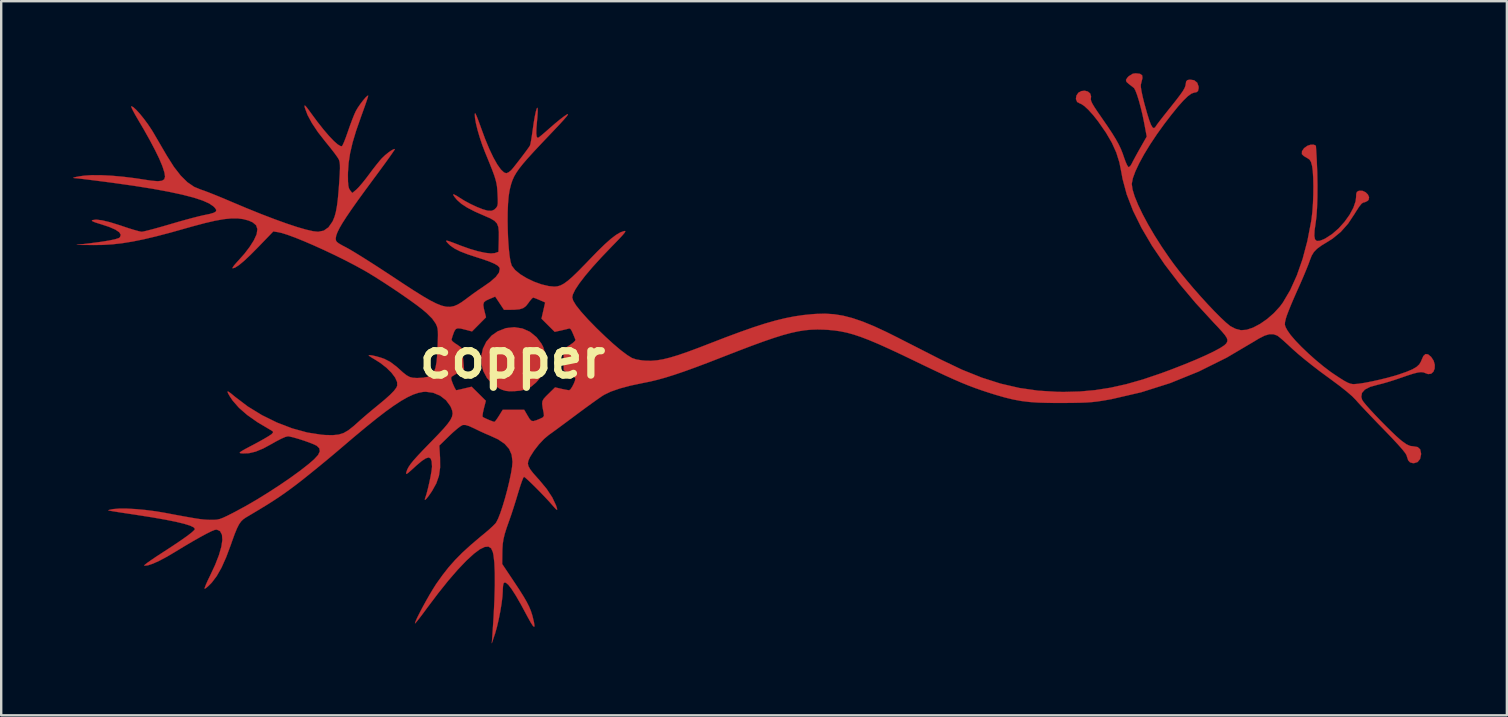
<source format=kicad_pcb>
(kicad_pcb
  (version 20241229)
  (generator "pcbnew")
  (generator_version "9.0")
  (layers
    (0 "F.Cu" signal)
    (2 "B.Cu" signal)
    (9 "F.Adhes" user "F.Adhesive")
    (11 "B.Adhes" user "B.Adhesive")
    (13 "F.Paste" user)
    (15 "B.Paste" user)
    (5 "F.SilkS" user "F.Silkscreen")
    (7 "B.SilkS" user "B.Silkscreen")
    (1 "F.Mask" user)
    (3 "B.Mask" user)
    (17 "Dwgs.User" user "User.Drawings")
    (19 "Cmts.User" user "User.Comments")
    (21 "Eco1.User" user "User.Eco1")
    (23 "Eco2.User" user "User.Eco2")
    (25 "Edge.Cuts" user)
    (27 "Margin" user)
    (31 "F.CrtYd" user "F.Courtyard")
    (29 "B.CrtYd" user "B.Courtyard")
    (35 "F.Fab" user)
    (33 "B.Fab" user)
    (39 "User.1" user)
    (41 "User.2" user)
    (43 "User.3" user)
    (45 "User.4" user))
  (footprint "copper"
    (layer "F.Cu")
    (at 18.306 11.891)
    (property "Reference" "copper" (at 0 0 0) (layer "F.SilkS") (effects (font (size 1.524 1.524) (thickness 0.3))))
    (attr through_hole)
    (fp_poly (pts (xy 0.413 -1.253) (xy 0.728 -1.113) (xy 1.003 -0.889) (xy 1.207 -0.619) (xy 1.28 -0.479) (xy 1.322 -0.349) (xy 1.342 -0.19) (xy 1.346 0.025) (xy 1.326 0.346) (xy 1.259 0.602) (xy 1.133 0.824) (xy 0.98 0.998) (xy 0.78 1.169) (xy 0.571 1.278) (xy 0.322 1.338) (xy 0.102 1.357) (xy -0.119 1.363) (xy -0.281 1.347) (xy -0.426 1.303) (xy -0.536 1.254) (xy -0.835 1.062) (xy -1.061 0.814) (xy -1.214 0.527) (xy -1.294 0.216) (xy -1.3 -0.103) (xy -1.231 -0.416) (xy -1.088 -0.706) (xy -0.869 -0.958) (xy -0.618 -1.134) (xy -0.274 -1.268) (xy 0.075 -1.306) (xy 0.413 -1.253)) (stroke (width 0.01) (type solid)) (fill yes) (layer "F.Cu"))
    (fp_poly (pts (xy 26.147 -11.866) (xy 26.238 -11.803) (xy 26.251 -11.691) (xy 26.245 -11.664) (xy 26.207 -11.51) (xy 26.182 -11.409) (xy 26.184 -11.311) (xy 26.212 -11.133) (xy 26.263 -10.894) (xy 26.334 -10.61) (xy 26.342 -10.584) (xy 26.445 -10.215) (xy 26.531 -9.939) (xy 26.603 -9.749) (xy 26.666 -9.638) (xy 26.723 -9.601) (xy 26.776 -9.631) (xy 26.816 -9.69) (xy 26.862 -9.757) (xy 26.961 -9.888) (xy 27.102 -10.07) (xy 27.273 -10.287) (xy 27.45 -10.508) (xy 27.668 -10.783) (xy 27.828 -10.994) (xy 27.939 -11.153) (xy 28.007 -11.274) (xy 28.042 -11.368) (xy 28.052 -11.423) (xy 28.072 -11.547) (xy 28.123 -11.603) (xy 28.229 -11.623) (xy 28.407 -11.597) (xy 28.534 -11.494) (xy 28.591 -11.333) (xy 28.591 -11.262) (xy 28.565 -11.147) (xy 28.497 -11.097) (xy 28.413 -11.084) (xy 28.294 -11.042) (xy 28.143 -10.933) (xy 27.956 -10.752) (xy 27.728 -10.496) (xy 27.456 -10.16) (xy 27.169 -9.787) (xy 26.854 -9.35) (xy 26.569 -8.922) (xy 26.32 -8.514) (xy 26.114 -8.137) (xy 25.956 -7.802) (xy 25.852 -7.519) (xy 25.808 -7.3) (xy 25.806 -7.267) (xy 25.838 -7.043) (xy 25.927 -6.752) (xy 26.07 -6.404) (xy 26.259 -6.01) (xy 26.489 -5.581) (xy 26.755 -5.129) (xy 27.051 -4.663) (xy 27.37 -4.196) (xy 27.557 -3.937) (xy 27.796 -3.626) (xy 28.068 -3.291) (xy 28.36 -2.944) (xy 28.663 -2.6) (xy 28.963 -2.271) (xy 29.249 -1.969) (xy 29.509 -1.708) (xy 29.732 -1.499) (xy 29.905 -1.357) (xy 29.92 -1.347) (xy 30.13 -1.239) (xy 30.354 -1.181) (xy 30.355 -1.181) (xy 30.589 -1.198) (xy 30.861 -1.289) (xy 31.153 -1.443) (xy 31.448 -1.648) (xy 31.73 -1.894) (xy 31.98 -2.167) (xy 32.103 -2.333) (xy 32.411 -2.856) (xy 32.686 -3.466) (xy 32.925 -4.151) (xy 33.124 -4.901) (xy 33.279 -5.703) (xy 33.298 -5.829) (xy 33.332 -6.118) (xy 33.356 -6.456) (xy 33.37 -6.819) (xy 33.374 -7.18) (xy 33.367 -7.517) (xy 33.35 -7.803) (xy 33.322 -8.015) (xy 33.32 -8.027) (xy 33.275 -8.191) (xy 33.215 -8.289) (xy 33.116 -8.357) (xy 33.094 -8.368) (xy 32.974 -8.44) (xy 32.9 -8.511) (xy 32.895 -8.521) (xy 32.899 -8.641) (xy 32.985 -8.766) (xy 33.126 -8.867) (xy 33.255 -8.909) (xy 33.38 -8.913) (xy 33.464 -8.881) (xy 33.48 -8.848) (xy 33.513 -8.298) (xy 33.535 -7.748) (xy 33.544 -7.217) (xy 33.541 -6.721) (xy 33.526 -6.277) (xy 33.5 -5.903) (xy 33.468 -5.652) (xy 33.423 -5.336) (xy 33.413 -5.11) (xy 33.441 -4.967) (xy 33.513 -4.901) (xy 33.633 -4.904) (xy 33.805 -4.97) (xy 33.878 -5.007) (xy 34.157 -5.188) (xy 34.427 -5.424) (xy 34.673 -5.698) (xy 34.883 -5.991) (xy 35.041 -6.284) (xy 35.134 -6.557) (xy 35.153 -6.717) (xy 35.16 -6.866) (xy 35.188 -6.944) (xy 35.252 -6.982) (xy 35.281 -6.99) (xy 35.421 -6.989) (xy 35.549 -6.93) (xy 35.646 -6.834) (xy 35.694 -6.723) (xy 35.677 -6.618) (xy 35.633 -6.57) (xy 35.52 -6.515) (xy 35.454 -6.502) (xy 35.385 -6.457) (xy 35.279 -6.327) (xy 35.144 -6.119) (xy 35.102 -6.048) (xy 34.82 -5.622) (xy 34.516 -5.279) (xy 34.174 -4.998) (xy 33.967 -4.867) (xy 33.71 -4.71) (xy 33.526 -4.575) (xy 33.397 -4.442) (xy 33.304 -4.291) (xy 33.229 -4.102) (xy 33.218 -4.069) (xy 33.161 -3.913) (xy 33.07 -3.688) (xy 32.956 -3.414) (xy 32.826 -3.114) (xy 32.705 -2.845) (xy 32.573 -2.546) (xy 32.45 -2.259) (xy 32.347 -2.005) (xy 32.27 -1.803) (xy 32.23 -1.68) (xy 32.191 -1.518) (xy 32.185 -1.408) (xy 32.218 -1.306) (xy 32.291 -1.172) (xy 32.424 -0.982) (xy 32.624 -0.749) (xy 32.876 -0.487) (xy 33.165 -0.211) (xy 33.473 0.064) (xy 33.787 0.324) (xy 34.089 0.553) (xy 34.228 0.649) (xy 34.481 0.816) (xy 34.669 0.933) (xy 34.809 1.007) (xy 34.919 1.048) (xy 35.015 1.065) (xy 35.066 1.066) (xy 35.247 1.052) (xy 35.502 1.013) (xy 35.807 0.954) (xy 36.137 0.881) (xy 36.47 0.799) (xy 36.782 0.712) (xy 36.932 0.665) (xy 37.26 0.551) (xy 37.503 0.448) (xy 37.674 0.348) (xy 37.789 0.241) (xy 37.86 0.118) (xy 37.874 0.081) (xy 37.955 -0.103) (xy 38.046 -0.187) (xy 38.152 -0.175) (xy 38.279 -0.07) (xy 38.385 0.09) (xy 38.432 0.259) (xy 38.427 0.419) (xy 38.374 0.55) (xy 38.281 0.632) (xy 38.154 0.648) (xy 38.054 0.612) (xy 37.965 0.577) (xy 37.861 0.565) (xy 37.726 0.581) (xy 37.542 0.627) (xy 37.294 0.706) (xy 37.061 0.787) (xy 36.783 0.882) (xy 36.501 0.971) (xy 36.249 1.044) (xy 36.058 1.091) (xy 36.058 1.091) (xy 35.74 1.179) (xy 35.521 1.292) (xy 35.398 1.431) (xy 35.371 1.596) (xy 35.404 1.717) (xy 35.461 1.805) (xy 35.579 1.949) (xy 35.744 2.135) (xy 35.944 2.35) (xy 36.164 2.58) (xy 36.392 2.811) (xy 36.614 3.03) (xy 36.817 3.224) (xy 36.989 3.377) (xy 37.076 3.448) (xy 37.257 3.575) (xy 37.402 3.64) (xy 37.54 3.658) (xy 37.719 3.688) (xy 37.824 3.784) (xy 37.861 3.954) (xy 37.861 3.996) (xy 37.819 4.186) (xy 37.716 4.313) (xy 37.564 4.36) (xy 37.524 4.359) (xy 37.402 4.326) (xy 37.324 4.241) (xy 37.271 4.083) (xy 37.263 4.047) (xy 37.214 3.955) (xy 37.092 3.798) (xy 36.895 3.575) (xy 36.625 3.285) (xy 36.306 2.954) (xy 36.041 2.682) (xy 35.787 2.417) (xy 35.555 2.173) (xy 35.359 1.964) (xy 35.212 1.804) (xy 35.142 1.724) (xy 34.993 1.572) (xy 34.763 1.373) (xy 34.459 1.132) (xy 34.086 0.855) (xy 33.954 0.759) (xy 33.64 0.528) (xy 33.319 0.281) (xy 33.011 0.035) (xy 32.739 -0.191) (xy 32.524 -0.381) (xy 32.491 -0.411) (xy 32.295 -0.594) (xy 32.117 -0.755) (xy 31.973 -0.878) (xy 31.881 -0.949) (xy 31.868 -0.957) (xy 31.71 -1.014) (xy 31.541 -1.015) (xy 31.343 -0.956) (xy 31.099 -0.832) (xy 30.917 -0.721) (xy 29.763 -0.04) (xy 28.593 0.541) (xy 27.405 1.023) (xy 26.198 1.405) (xy 24.972 1.689) (xy 24.841 1.713) (xy 24.592 1.756) (xy 24.372 1.789) (xy 24.16 1.813) (xy 23.936 1.83) (xy 23.679 1.84) (xy 23.368 1.846) (xy 22.981 1.85) (xy 22.86 1.85) (xy 22.35 1.848) (xy 21.919 1.836) (xy 21.543 1.81) (xy 21.199 1.768) (xy 20.864 1.706) (xy 20.515 1.621) (xy 20.129 1.51) (xy 19.848 1.422) (xy 19.553 1.325) (xy 19.272 1.226) (xy 18.99 1.119) (xy 18.694 0.999) (xy 18.37 0.858) (xy 18.004 0.692) (xy 17.582 0.494) (xy 17.09 0.259) (xy 16.815 0.126) (xy 16.22 -0.16) (xy 15.704 -0.401) (xy 15.256 -0.603) (xy 14.866 -0.767) (xy 14.522 -0.899) (xy 14.214 -1.002) (xy 13.931 -1.08) (xy 13.662 -1.135) (xy 13.397 -1.173) (xy 13.125 -1.197) (xy 12.976 -1.205) (xy 12.708 -1.211) (xy 12.447 -1.203) (xy 12.183 -1.179) (xy 11.906 -1.135) (xy 11.605 -1.069) (xy 11.27 -0.979) (xy 10.891 -0.86) (xy 10.459 -0.712) (xy 9.963 -0.531) (xy 9.393 -0.314) (xy 8.814 -0.089) (xy 8.187 0.155) (xy 7.641 0.361) (xy 7.166 0.533) (xy 6.748 0.675) (xy 6.378 0.791) (xy 6.043 0.884) (xy 5.733 0.959) (xy 5.461 1.013) (xy 4.931 1.124) (xy 4.473 1.246) (xy 4.096 1.377) (xy 3.819 1.51) (xy 3.708 1.581) (xy 3.532 1.703) (xy 3.306 1.864) (xy 3.047 2.052) (xy 2.769 2.257) (xy 2.664 2.335) (xy 2.383 2.545) (xy 2.114 2.744) (xy 1.875 2.921) (xy 1.679 3.064) (xy 1.543 3.162) (xy 1.511 3.184) (xy 1.312 3.352) (xy 1.099 3.579) (xy 0.9 3.834) (xy 0.741 4.084) (xy 0.709 4.146) (xy 0.658 4.268) (xy 0.641 4.377) (xy 0.666 4.488) (xy 0.739 4.618) (xy 0.868 4.784) (xy 1.06 5) (xy 1.118 5.064) (xy 1.422 5.43) (xy 1.658 5.788) (xy 1.815 6.122) (xy 1.855 6.248) (xy 1.86 6.301) (xy 1.825 6.288) (xy 1.742 6.203) (xy 1.671 6.121) (xy 1.531 5.962) (xy 1.359 5.778) (xy 1.172 5.582) (xy 0.982 5.39) (xy 0.804 5.214) (xy 0.652 5.069) (xy 0.539 4.969) (xy 0.481 4.928) (xy 0.479 4.928) (xy 0.447 4.974) (xy 0.396 5.1) (xy 0.33 5.289) (xy 0.257 5.523) (xy 0.233 5.601) (xy 0.143 5.9) (xy 0.044 6.215) (xy -0.051 6.506) (xy -0.13 6.731) (xy -0.244 7.053) (xy -0.324 7.308) (xy -0.376 7.525) (xy -0.407 7.731) (xy -0.421 7.953) (xy -0.424 8.103) (xy -0.43 8.561) (xy 0.041 9.265) (xy 0.272 9.614) (xy 0.451 9.898) (xy 0.587 10.131) (xy 0.689 10.331) (xy 0.764 10.512) (xy 0.822 10.691) (xy 0.839 10.754) (xy 0.895 10.989) (xy 0.916 11.131) (xy 0.903 11.182) (xy 0.852 11.14) (xy 0.764 11.005) (xy 0.637 10.777) (xy 0.592 10.693) (xy 0.347 10.238) (xy 0.138 9.875) (xy -0.036 9.605) (xy -0.174 9.426) (xy -0.279 9.338) (xy -0.35 9.338) (xy -0.376 9.378) (xy -0.394 9.474) (xy -0.405 9.626) (xy -0.406 9.702) (xy -0.42 9.924) (xy -0.456 10.215) (xy -0.51 10.542) (xy -0.576 10.877) (xy -0.649 11.189) (xy -0.722 11.449) (xy -0.733 11.481) (xy -0.862 11.862) (xy -0.838 11.532) (xy -0.786 10.741) (xy -0.752 10.041) (xy -0.735 9.436) (xy -0.737 8.925) (xy -0.755 8.51) (xy -0.792 8.193) (xy -0.819 8.065) (xy -0.89 7.908) (xy -1.003 7.836) (xy -1.16 7.85) (xy -1.362 7.949) (xy -1.611 8.135) (xy -1.909 8.409) (xy -1.931 8.43) (xy -2.292 8.809) (xy -2.682 9.26) (xy -3.106 9.791) (xy -3.57 10.406) (xy -3.631 10.49) (xy -3.784 10.696) (xy -3.913 10.864) (xy -4.008 10.981) (xy -4.058 11.034) (xy -4.064 11.034) (xy -4.039 10.953) (xy -3.972 10.803) (xy -3.871 10.601) (xy -3.747 10.364) (xy -3.608 10.111) (xy -3.465 9.859) (xy -3.326 9.626) (xy -3.202 9.429) (xy -3.163 9.37) (xy -2.909 9.015) (xy -2.657 8.694) (xy -2.389 8.392) (xy -2.091 8.091) (xy -1.745 7.775) (xy -1.337 7.428) (xy -1.154 7.278) (xy -0.976 7.127) (xy -0.821 6.984) (xy -0.712 6.872) (xy -0.68 6.831) (xy -0.599 6.672) (xy -0.505 6.433) (xy -0.406 6.136) (xy -0.306 5.802) (xy -0.212 5.452) (xy -0.129 5.106) (xy -0.062 4.786) (xy -0.017 4.512) (xy -0.00002 4.306) (xy 0 4.301) (xy -0.034 4.011) (xy -0.141 3.764) (xy -0.328 3.552) (xy -0.601 3.366) (xy -0.952 3.205) (xy -1.134 3.128) (xy -1.358 3.026) (xy -1.576 2.92) (xy -1.58 2.918) (xy -1.802 2.816) (xy -1.96 2.768) (xy -2.071 2.768) (xy -2.074 2.768) (xy -2.161 2.816) (xy -2.299 2.92) (xy -2.469 3.066) (xy -2.627 3.214) (xy -3.05 3.627) (xy -3.019 4.137) (xy -3.016 4.541) (xy -3.065 4.885) (xy -3.175 5.201) (xy -3.353 5.521) (xy -3.376 5.555) (xy -3.495 5.726) (xy -3.586 5.84) (xy -3.642 5.889) (xy -3.655 5.866) (xy -3.64 5.819) (xy -3.585 5.65) (xy -3.525 5.421) (xy -3.465 5.164) (xy -3.412 4.908) (xy -3.373 4.682) (xy -3.354 4.517) (xy -3.354 4.487) (xy -3.367 4.287) (xy -3.41 4.166) (xy -3.49 4.122) (xy -3.612 4.157) (xy -3.784 4.27) (xy -4.011 4.462) (xy -4.075 4.521) (xy -4.247 4.677) (xy -4.356 4.771) (xy -4.415 4.807) (xy -4.433 4.794) (xy -4.423 4.736) (xy -4.42 4.726) (xy -4.384 4.624) (xy -4.329 4.519) (xy -4.247 4.398) (xy -4.129 4.251) (xy -3.966 4.068) (xy -3.749 3.837) (xy -3.47 3.549) (xy -3.402 3.48) (xy -3.103 3.171) (xy -2.87 2.921) (xy -2.7 2.72) (xy -2.584 2.556) (xy -2.518 2.418) (xy -2.495 2.296) (xy -2.51 2.178) (xy -2.556 2.053) (xy -2.592 1.978) (xy -2.77 1.736) (xy -3.016 1.547) (xy -3.305 1.425) (xy -3.613 1.383) (xy -3.723 1.389) (xy -3.919 1.427) (xy -4.132 1.498) (xy -4.369 1.608) (xy -4.635 1.759) (xy -4.938 1.957) (xy -5.284 2.205) (xy -5.678 2.509) (xy -6.128 2.872) (xy -6.639 3.298) (xy -7.061 3.658) (xy -7.404 3.949) (xy -7.765 4.251) (xy -8.126 4.548) (xy -8.467 4.824) (xy -8.769 5.065) (xy -9.014 5.255) (xy -9.017 5.257) (xy -9.273 5.448) (xy -9.508 5.618) (xy -9.74 5.778) (xy -9.985 5.939) (xy -10.261 6.113) (xy -10.586 6.311) (xy -10.976 6.544) (xy -11.11 6.623) (xy -11.219 6.698) (xy -11.312 6.789) (xy -11.398 6.914) (xy -11.484 7.085) (xy -11.58 7.319) (xy -11.693 7.631) (xy -11.731 7.743) (xy -11.93 8.275) (xy -12.126 8.713) (xy -12.324 9.062) (xy -12.526 9.33) (xy -12.56 9.367) (xy -12.683 9.488) (xy -12.78 9.569) (xy -12.829 9.591) (xy -12.83 9.59) (xy -12.82 9.536) (xy -12.771 9.411) (xy -12.692 9.234) (xy -12.601 9.048) (xy -12.39 8.596) (xy -12.233 8.193) (xy -12.133 7.846) (xy -12.09 7.56) (xy -12.106 7.342) (xy -12.182 7.198) (xy -12.188 7.191) (xy -12.319 7.129) (xy -12.404 7.138) (xy -12.541 7.193) (xy -12.75 7.297) (xy -13.02 7.443) (xy -13.34 7.625) (xy -13.696 7.835) (xy -14.046 8.048) (xy -14.399 8.257) (xy -14.713 8.424) (xy -14.979 8.545) (xy -15.186 8.615) (xy -15.325 8.631) (xy -15.346 8.626) (xy -15.323 8.595) (xy -15.226 8.518) (xy -15.068 8.406) (xy -14.862 8.266) (xy -14.648 8.127) (xy -14.195 7.832) (xy -13.828 7.585) (xy -13.548 7.388) (xy -13.357 7.239) (xy -13.253 7.139) (xy -13.233 7.1) (xy -13.284 7.034) (xy -13.436 6.961) (xy -13.688 6.883) (xy -14.041 6.798) (xy -14.493 6.708) (xy -15.045 6.612) (xy -15.696 6.51) (xy -15.76 6.5) (xy -16.073 6.453) (xy -16.353 6.411) (xy -16.584 6.374) (xy -16.749 6.347) (xy -16.834 6.332) (xy -16.84 6.33) (xy -16.825 6.313) (xy -16.732 6.29) (xy -16.641 6.273) (xy -16.393 6.253) (xy -16.068 6.253) (xy -15.69 6.274) (xy -15.28 6.312) (xy -14.862 6.366) (xy -14.503 6.426) (xy -14.061 6.51) (xy -13.704 6.575) (xy -13.421 6.626) (xy -13.198 6.663) (xy -13.021 6.69) (xy -12.878 6.707) (xy -12.754 6.716) (xy -12.638 6.721) (xy -12.573 6.722) (xy -12.431 6.722) (xy -12.313 6.712) (xy -12.197 6.686) (xy -12.064 6.636) (xy -11.891 6.556) (xy -11.658 6.438) (xy -11.55 6.382) (xy -11.113 6.145) (xy -10.647 5.874) (xy -10.17 5.579) (xy -9.699 5.273) (xy -9.252 4.967) (xy -8.847 4.673) (xy -8.501 4.402) (xy -8.268 4.201) (xy -8.101 4.019) (xy -8.029 3.866) (xy -8.051 3.738) (xy -8.154 3.636) (xy -8.272 3.577) (xy -8.457 3.503) (xy -8.681 3.423) (xy -8.914 3.348) (xy -9.128 3.286) (xy -9.293 3.248) (xy -9.356 3.24) (xy -9.463 3.265) (xy -9.636 3.34) (xy -9.859 3.456) (xy -10.017 3.546) (xy -10.386 3.747) (xy -10.703 3.878) (xy -10.985 3.945) (xy -11.248 3.954) (xy -11.261 3.953) (xy -11.333 3.945) (xy -11.366 3.931) (xy -11.352 3.902) (xy -11.281 3.853) (xy -11.143 3.774) (xy -10.929 3.66) (xy -10.795 3.59) (xy -10.552 3.459) (xy -10.335 3.337) (xy -10.164 3.235) (xy -10.056 3.164) (xy -10.037 3.148) (xy -9.978 3.083) (xy -9.984 3.038) (xy -10.065 2.984) (xy -10.105 2.962) (xy -10.627 2.652) (xy -11.055 2.351) (xy -11.398 2.052) (xy -11.663 1.749) (xy -11.78 1.575) (xy -11.855 1.441) (xy -11.876 1.376) (xy -11.838 1.379) (xy -11.736 1.451) (xy -11.565 1.592) (xy -11.565 1.592) (xy -11.028 1.999) (xy -10.439 2.36) (xy -9.817 2.666) (xy -9.181 2.91) (xy -8.55 3.083) (xy -7.944 3.177) (xy -7.794 3.187) (xy -7.491 3.193) (xy -7.25 3.17) (xy -7.042 3.106) (xy -6.842 2.991) (xy -6.619 2.815) (xy -6.477 2.688) (xy -6.284 2.516) (xy -6.046 2.311) (xy -5.798 2.103) (xy -5.639 1.973) (xy -5.331 1.718) (xy -5.101 1.512) (xy -4.94 1.347) (xy -4.841 1.216) (xy -4.804 1.133) (xy -4.807 0.978) (xy -4.89 0.792) (xy -5.043 0.588) (xy -5.254 0.38) (xy -5.511 0.18) (xy -5.723 0.046) (xy -5.865 -0.039) (xy -5.963 -0.104) (xy -5.994 -0.133) (xy -5.95 -0.144) (xy -5.835 -0.128) (xy -5.673 -0.091) (xy -5.489 -0.038) (xy -5.343 0.012) (xy -5.096 0.139) (xy -4.829 0.341) (xy -4.759 0.404) (xy -4.561 0.582) (xy -4.41 0.7) (xy -4.281 0.769) (xy -4.15 0.802) (xy -3.993 0.81) (xy -3.953 0.81) (xy -3.71 0.798) (xy -2.558 0.798) (xy -2.546 0.888) (xy -2.489 1.043) (xy -2.483 1.058) (xy -2.419 1.201) (xy -2.366 1.296) (xy -2.343 1.32) (xy -2.28 1.309) (xy -2.15 1.28) (xy -2.007 1.246) (xy -1.702 1.174) (xy -1.406 1.467) (xy -1.11 1.761) (xy -1.193 2.08) (xy -1.231 2.248) (xy -1.249 2.375) (xy -1.243 2.431) (xy -1.181 2.468) (xy -1.061 2.523) (xy -0.924 2.581) (xy -0.806 2.625) (xy -0.754 2.639) (xy -0.711 2.601) (xy -0.636 2.499) (xy -0.564 2.388) (xy -0.407 2.134) (xy 0.487 2.134) (xy 0.635 2.388) (xy 0.717 2.522) (xy 0.785 2.593) (xy 0.867 2.608) (xy 0.991 2.573) (xy 1.157 2.505) (xy 1.271 2.448) (xy 1.311 2.384) (xy 1.301 2.276) (xy 1.3 2.27) (xy 1.255 2.043) (xy 1.236 1.887) (xy 1.248 1.775) (xy 1.299 1.68) (xy 1.395 1.573) (xy 1.493 1.477) (xy 1.774 1.201) (xy 2.034 1.261) (xy 2.196 1.295) (xy 2.322 1.317) (xy 2.364 1.321) (xy 2.42 1.278) (xy 2.49 1.173) (xy 2.558 1.039) (xy 2.607 0.911) (xy 2.62 0.823) (xy 2.616 0.812) (xy 2.561 0.763) (xy 2.449 0.684) (xy 2.362 0.627) (xy 2.134 0.483) (xy 2.134 0.043) (xy 2.134 -0.396) (xy 2.39 -0.561) (xy 2.523 -0.656) (xy 2.607 -0.738) (xy 2.625 -0.782) (xy 2.535 -1.002) (xy 2.473 -1.143) (xy 2.428 -1.22) (xy 2.39 -1.251) (xy 2.351 -1.25) (xy 2.343 -1.248) (xy 2.247 -1.223) (xy 2.095 -1.187) (xy 2.01 -1.168) (xy 1.759 -1.113) (xy 1.483 -1.388) (xy 1.208 -1.663) (xy 1.285 -2) (xy 1.361 -2.337) (xy 1.131 -2.438) (xy 0.99 -2.497) (xy 0.887 -2.534) (xy 0.86 -2.54) (xy 0.81 -2.502) (xy 0.726 -2.403) (xy 0.665 -2.318) (xy 0.56 -2.186) (xy 0.445 -2.102) (xy 0.295 -2.054) (xy 0.085 -2.035) (xy -0.082 -2.032) (xy -0.355 -2.032) (xy -0.537 -2.307) (xy -0.72 -2.582) (xy -0.969 -2.478) (xy -1.113 -2.411) (xy -1.192 -2.34) (xy -1.216 -2.24) (xy -1.194 -2.086) (xy -1.161 -1.949) (xy -1.103 -1.719) (xy -1.395 -1.424) (xy -1.687 -1.13) (xy -1.948 -1.199) (xy -2.151 -1.249) (xy -2.28 -1.261) (xy -2.361 -1.23) (xy -2.418 -1.147) (xy -2.457 -1.052) (xy -2.507 -0.908) (xy -2.537 -0.8) (xy -2.54 -0.775) (xy -2.5 -0.718) (xy -2.396 -0.635) (xy -2.311 -0.582) (xy -2.153 -0.469) (xy -2.086 -0.368) (xy -2.082 -0.338) (xy -2.078 -0.231) (xy -2.065 -0.063) (xy -2.051 0.106) (xy -2.019 0.44) (xy -2.241 0.574) (xy -2.383 0.66) (xy -2.494 0.729) (xy -2.528 0.751) (xy -2.558 0.798) (xy -3.71 0.798) (xy -3.71 0.798) (xy -3.521 0.761) (xy -3.379 0.687) (xy -3.277 0.565) (xy -3.208 0.383) (xy -3.162 0.13) (xy -3.134 -0.207) (xy -3.122 -0.457) (xy -3.111 -0.758) (xy -3.106 -0.977) (xy -3.109 -1.134) (xy -3.122 -1.247) (xy -3.146 -1.337) (xy -3.183 -1.423) (xy -3.209 -1.473) (xy -3.347 -1.667) (xy -3.578 -1.897) (xy -3.759 -2.05) (xy -3.991 -2.228) (xy -4.288 -2.443) (xy -4.631 -2.682) (xy -4.998 -2.93) (xy -5.368 -3.173) (xy -5.72 -3.397) (xy -6.033 -3.588) (xy -6.175 -3.67) (xy -6.555 -3.879) (xy -6.968 -4.094) (xy -7.4 -4.308) (xy -7.838 -4.515) (xy -8.266 -4.709) (xy -8.672 -4.884) (xy -9.041 -5.034) (xy -9.36 -5.152) (xy -9.613 -5.232) (xy -9.751 -5.263) (xy -9.967 -5.298) (xy -10.584 -4.658) (xy -10.914 -4.325) (xy -11.184 -4.071) (xy -11.399 -3.893) (xy -11.56 -3.79) (xy -11.665 -3.759) (xy -11.663 -3.792) (xy -11.601 -3.881) (xy -11.491 -4.008) (xy -11.427 -4.077) (xy -11.171 -4.364) (xy -10.95 -4.654) (xy -10.778 -4.926) (xy -10.67 -5.159) (xy -10.659 -5.192) (xy -10.63 -5.396) (xy -10.683 -5.554) (xy -10.827 -5.676) (xy -10.999 -5.751) (xy -11.217 -5.81) (xy -11.452 -5.84) (xy -11.718 -5.84) (xy -12.026 -5.809) (xy -12.388 -5.745) (xy -12.815 -5.646) (xy -13.319 -5.512) (xy -13.577 -5.439) (xy -14.249 -5.25) (xy -14.84 -5.095) (xy -15.363 -4.971) (xy -15.833 -4.876) (xy -16.264 -4.806) (xy -16.668 -4.761) (xy -17.061 -4.736) (xy -17.455 -4.73) (xy -17.482 -4.731) (xy -18.161 -4.737) (xy -17.602 -4.804) (xy -17.158 -4.862) (xy -16.813 -4.917) (xy -16.565 -4.969) (xy -16.411 -5.018) (xy -16.358 -5.054) (xy -16.323 -5.157) (xy -16.386 -5.264) (xy -16.549 -5.374) (xy -16.812 -5.488) (xy -17.175 -5.607) (xy -17.18 -5.608) (xy -17.387 -5.673) (xy -17.501 -5.721) (xy -17.529 -5.755) (xy -17.51 -5.768) (xy -17.35 -5.789) (xy -17.105 -5.76) (xy -16.773 -5.681) (xy -16.355 -5.551) (xy -16.246 -5.514) (xy -15.992 -5.429) (xy -15.763 -5.359) (xy -15.58 -5.308) (xy -15.466 -5.284) (xy -15.451 -5.283) (xy -15.365 -5.297) (xy -15.199 -5.337) (xy -14.968 -5.397) (xy -14.69 -5.474) (xy -14.38 -5.563) (xy -14.282 -5.592) (xy -13.947 -5.69) (xy -13.62 -5.782) (xy -13.323 -5.862) (xy -13.076 -5.925) (xy -12.902 -5.966) (xy -12.882 -5.97) (xy -12.617 -6.025) (xy -12.445 -6.076) (xy -12.357 -6.13) (xy -12.344 -6.194) (xy -12.398 -6.277) (xy -12.461 -6.341) (xy -12.641 -6.464) (xy -12.916 -6.586) (xy -13.288 -6.708) (xy -13.758 -6.83) (xy -14.326 -6.952) (xy -14.993 -7.075) (xy -15.76 -7.197) (xy -16.628 -7.32) (xy -16.991 -7.368) (xy -17.327 -7.411) (xy -17.632 -7.449) (xy -17.89 -7.481) (xy -18.086 -7.504) (xy -18.205 -7.516) (xy -18.232 -7.518) (xy -18.301 -7.525) (xy -18.283 -7.542) (xy -18.189 -7.566) (xy -18.034 -7.595) (xy -17.847 -7.621) (xy -17.538 -7.642) (xy -17.15 -7.641) (xy -16.706 -7.619) (xy -16.226 -7.576) (xy -15.729 -7.515) (xy -15.383 -7.462) (xy -15.038 -7.41) (xy -14.783 -7.39) (xy -14.61 -7.407) (xy -14.512 -7.468) (xy -14.478 -7.58) (xy -14.503 -7.748) (xy -14.576 -7.979) (xy -14.607 -8.061) (xy -14.725 -8.34) (xy -14.894 -8.687) (xy -15.107 -9.091) (xy -15.357 -9.537) (xy -15.612 -9.97) (xy -15.731 -10.175) (xy -15.822 -10.345) (xy -15.877 -10.464) (xy -15.887 -10.515) (xy -15.885 -10.516) (xy -15.803 -10.475) (xy -15.68 -10.364) (xy -15.529 -10.199) (xy -15.363 -9.994) (xy -15.194 -9.766) (xy -15.036 -9.53) (xy -14.955 -9.397) (xy -14.802 -9.134) (xy -14.636 -8.85) (xy -14.482 -8.586) (xy -14.396 -8.44) (xy -14.107 -7.984) (xy -13.826 -7.623) (xy -13.548 -7.348) (xy -13.264 -7.154) (xy -12.984 -7.039) (xy -12.851 -6.994) (xy -12.645 -6.916) (xy -12.384 -6.812) (xy -12.09 -6.692) (xy -11.78 -6.561) (xy -11.751 -6.548) (xy -11.09 -6.27) (xy -10.474 -6.021) (xy -9.91 -5.805) (xy -9.405 -5.623) (xy -8.965 -5.477) (xy -8.596 -5.371) (xy -8.305 -5.305) (xy -8.1 -5.283) (xy -7.866 -5.329) (xy -7.668 -5.468) (xy -7.504 -5.703) (xy -7.475 -5.762) (xy -7.412 -5.919) (xy -7.36 -6.11) (xy -7.316 -6.347) (xy -7.278 -6.645) (xy -7.244 -7.019) (xy -7.217 -7.388) (xy -7.198 -7.694) (xy -7.189 -7.917) (xy -7.191 -8.076) (xy -7.204 -8.188) (xy -7.228 -8.273) (xy -7.242 -8.305) (xy -7.301 -8.4) (xy -7.412 -8.554) (xy -7.562 -8.748) (xy -7.735 -8.963) (xy -7.802 -9.045) (xy -8.109 -9.438) (xy -8.357 -9.81) (xy -8.54 -10.149) (xy -8.649 -10.441) (xy -8.661 -10.49) (xy -8.664 -10.543) (xy -8.632 -10.531) (xy -8.56 -10.447) (xy -8.439 -10.285) (xy -8.404 -10.236) (xy -8.132 -9.868) (xy -7.877 -9.545) (xy -7.645 -9.274) (xy -7.444 -9.064) (xy -7.28 -8.92) (xy -7.159 -8.851) (xy -7.109 -8.849) (xy -7.074 -8.901) (xy -7.016 -9.031) (xy -6.943 -9.219) (xy -6.863 -9.446) (xy -6.859 -9.458) (xy -6.768 -9.717) (xy -6.674 -9.969) (xy -6.588 -10.182) (xy -6.529 -10.31) (xy -6.448 -10.45) (xy -6.342 -10.604) (xy -6.23 -10.752) (xy -6.126 -10.874) (xy -6.047 -10.947) (xy -6.013 -10.957) (xy -6.024 -10.906) (xy -6.065 -10.775) (xy -6.132 -10.579) (xy -6.219 -10.334) (xy -6.321 -10.053) (xy -6.322 -10.048) (xy -6.518 -9.488) (xy -6.665 -8.996) (xy -6.768 -8.554) (xy -6.83 -8.145) (xy -6.857 -7.749) (xy -6.858 -7.63) (xy -6.855 -7.382) (xy -6.842 -7.213) (xy -6.817 -7.1) (xy -6.776 -7.023) (xy -6.767 -7.011) (xy -6.676 -6.898) (xy -6.505 -7.041) (xy -6.406 -7.141) (xy -6.268 -7.3) (xy -6.111 -7.496) (xy -5.98 -7.669) (xy -5.82 -7.884) (xy -5.66 -8.088) (xy -5.522 -8.256) (xy -5.442 -8.347) (xy -5.311 -8.472) (xy -5.168 -8.588) (xy -5.036 -8.679) (xy -4.938 -8.728) (xy -4.902 -8.729) (xy -4.925 -8.684) (xy -5.003 -8.569) (xy -5.126 -8.393) (xy -5.288 -8.167) (xy -5.482 -7.902) (xy -5.699 -7.607) (xy -5.748 -7.542) (xy -6.126 -7.029) (xy -6.446 -6.589) (xy -6.71 -6.215) (xy -6.923 -5.902) (xy -7.09 -5.642) (xy -7.213 -5.43) (xy -7.297 -5.258) (xy -7.347 -5.121) (xy -7.365 -5.011) (xy -7.366 -4.993) (xy -7.357 -4.922) (xy -7.319 -4.861) (xy -7.234 -4.795) (xy -7.088 -4.711) (xy -6.928 -4.628) (xy -6.779 -4.545) (xy -6.56 -4.414) (xy -6.283 -4.244) (xy -5.965 -4.043) (xy -5.617 -3.82) (xy -5.254 -3.583) (xy -5.036 -3.44) (xy -4.531 -3.106) (xy -4.101 -2.827) (xy -3.737 -2.6) (xy -3.43 -2.422) (xy -3.171 -2.291) (xy -2.951 -2.204) (xy -2.762 -2.159) (xy -2.593 -2.154) (xy -2.436 -2.185) (xy -2.283 -2.25) (xy -2.124 -2.346) (xy -1.949 -2.471) (xy -1.865 -2.535) (xy -1.661 -2.687) (xy -1.44 -2.843) (xy -1.251 -2.97) (xy -1.251 -2.97) (xy -0.923 -3.199) (xy -0.693 -3.403) (xy -0.562 -3.582) (xy -0.529 -3.737) (xy -0.541 -3.786) (xy -0.606 -3.865) (xy -0.748 -3.95) (xy -0.973 -4.047) (xy -1.289 -4.156) (xy -1.473 -4.215) (xy -1.869 -4.345) (xy -2.178 -4.465) (xy -2.413 -4.583) (xy -2.588 -4.705) (xy -2.669 -4.781) (xy -2.735 -4.853) (xy -2.766 -4.898) (xy -2.751 -4.914) (xy -2.68 -4.9) (xy -2.543 -4.853) (xy -2.329 -4.772) (xy -2.134 -4.696) (xy -1.773 -4.568) (xy -1.437 -4.47) (xy -1.142 -4.406) (xy -0.904 -4.379) (xy -0.739 -4.393) (xy -0.727 -4.397) (xy -0.584 -4.447) (xy -0.57 -4.983) (xy -0.568 -5.27) (xy -0.589 -5.478) (xy -0.646 -5.628) (xy -0.753 -5.742) (xy -0.923 -5.842) (xy -1.156 -5.944) (xy -1.564 -6.123) (xy -1.885 -6.289) (xy -2.128 -6.447) (xy -2.305 -6.604) (xy -2.316 -6.616) (xy -2.413 -6.732) (xy -2.467 -6.816) (xy -2.471 -6.842) (xy -2.419 -6.83) (xy -2.312 -6.772) (xy -2.213 -6.708) (xy -1.996 -6.573) (xy -1.743 -6.438) (xy -1.484 -6.317) (xy -1.247 -6.223) (xy -1.059 -6.168) (xy -1.024 -6.162) (xy -0.872 -6.156) (xy -0.765 -6.201) (xy -0.711 -6.249) (xy -0.658 -6.309) (xy -0.626 -6.377) (xy -0.612 -6.476) (xy -0.612 -6.629) (xy -0.622 -6.852) (xy -0.632 -7.024) (xy -0.646 -7.172) (xy -0.67 -7.313) (xy -0.707 -7.462) (xy -0.762 -7.636) (xy -0.841 -7.85) (xy -0.948 -8.12) (xy -1.088 -8.463) (xy -1.144 -8.599) (xy -1.262 -8.907) (xy -1.367 -9.221) (xy -1.456 -9.525) (xy -1.522 -9.798) (xy -1.562 -10.022) (xy -1.57 -10.179) (xy -1.562 -10.222) (xy -1.54 -10.199) (xy -1.492 -10.095) (xy -1.425 -9.925) (xy -1.345 -9.707) (xy -1.324 -9.648) (xy -1.146 -9.164) (xy -0.969 -8.738) (xy -0.797 -8.377) (xy -0.635 -8.088) (xy -0.485 -7.878) (xy -0.352 -7.754) (xy -0.258 -7.722) (xy -0.168 -7.757) (xy -0.06 -7.843) (xy -0.043 -7.861) (xy 0.037 -7.955) (xy 0.155 -8.104) (xy 0.296 -8.286) (xy 0.442 -8.477) (xy 0.575 -8.655) (xy 0.677 -8.797) (xy 0.728 -8.874) (xy 0.749 -8.946) (xy 0.777 -9.096) (xy 0.81 -9.301) (xy 0.838 -9.501) (xy 0.885 -9.827) (xy 0.93 -10.09) (xy 0.972 -10.285) (xy 1.007 -10.408) (xy 1.033 -10.452) (xy 1.049 -10.414) (xy 1.051 -10.289) (xy 1.038 -10.072) (xy 1.021 -9.886) (xy 0.996 -9.589) (xy 0.991 -9.381) (xy 1.006 -9.255) (xy 1.042 -9.199) (xy 1.062 -9.195) (xy 1.111 -9.227) (xy 1.22 -9.314) (xy 1.373 -9.444) (xy 1.554 -9.604) (xy 1.577 -9.624) (xy 1.781 -9.801) (xy 1.979 -9.963) (xy 2.147 -10.091) (xy 2.261 -10.167) (xy 2.309 -10.186) (xy 2.307 -10.16) (xy 2.25 -10.082) (xy 2.136 -9.95) (xy 1.96 -9.757) (xy 1.717 -9.5) (xy 1.593 -9.37) (xy 1.217 -8.974) (xy 0.904 -8.641) (xy 0.65 -8.362) (xy 0.445 -8.126) (xy 0.285 -7.925) (xy 0.162 -7.748) (xy 0.068 -7.587) (xy -0.002 -7.431) (xy -0.056 -7.272) (xy -0.101 -7.099) (xy -0.126 -6.984) (xy -0.162 -6.748) (xy -0.187 -6.447) (xy -0.201 -6.1) (xy -0.204 -5.726) (xy -0.197 -5.34) (xy -0.182 -4.963) (xy -0.157 -4.611) (xy -0.125 -4.303) (xy -0.085 -4.056) (xy -0.038 -3.889) (xy -0.027 -3.864) (xy 0.107 -3.69) (xy 0.32 -3.515) (xy 0.59 -3.35) (xy 0.894 -3.204) (xy 1.21 -3.09) (xy 1.516 -3.018) (xy 1.748 -2.997) (xy 1.875 -3.009) (xy 2.005 -3.049) (xy 2.146 -3.124) (xy 2.309 -3.243) (xy 2.504 -3.413) (xy 2.741 -3.641) (xy 3.029 -3.935) (xy 3.186 -4.099) (xy 3.544 -4.468) (xy 3.847 -4.763) (xy 4.102 -4.989) (xy 4.316 -5.152) (xy 4.497 -5.258) (xy 4.648 -5.312) (xy 4.693 -5.315) (xy 4.7 -5.29) (xy 4.663 -5.231) (xy 4.576 -5.128) (xy 4.431 -4.973) (xy 4.223 -4.758) (xy 4.134 -4.667) (xy 3.704 -4.218) (xy 3.333 -3.81) (xy 3.026 -3.447) (xy 2.785 -3.133) (xy 2.613 -2.872) (xy 2.514 -2.668) (xy 2.489 -2.549) (xy 2.53 -2.41) (xy 2.652 -2.211) (xy 2.856 -1.954) (xy 3.142 -1.636) (xy 3.501 -1.268) (xy 3.869 -0.913) (xy 4.21 -0.602) (xy 4.516 -0.344) (xy 4.777 -0.148) (xy 4.978 -0.023) (xy 5.156 0.037) (xy 5.409 0.078) (xy 5.569 0.091) (xy 5.789 0.093) (xy 6.021 0.074) (xy 6.277 0.031) (xy 6.568 -0.041) (xy 6.906 -0.143) (xy 7.304 -0.28) (xy 7.772 -0.454) (xy 8.188 -0.615) (xy 8.879 -0.882) (xy 9.491 -1.109) (xy 10.033 -1.3) (xy 10.519 -1.457) (xy 10.96 -1.583) (xy 11.367 -1.682) (xy 11.753 -1.758) (xy 12.129 -1.813) (xy 12.506 -1.85) (xy 12.649 -1.86) (xy 13.028 -1.87) (xy 13.398 -1.847) (xy 13.773 -1.787) (xy 14.166 -1.686) (xy 14.592 -1.541) (xy 15.063 -1.348) (xy 15.592 -1.102) (xy 16.053 -0.872) (xy 16.415 -0.687) (xy 16.793 -0.495) (xy 17.163 -0.306) (xy 17.5 -0.134) (xy 17.781 0.009) (xy 17.88 0.059) (xy 18.736 0.467) (xy 19.552 0.794) (xy 20.342 1.046) (xy 21.123 1.226) (xy 21.91 1.339) (xy 22.719 1.388) (xy 22.987 1.391) (xy 23.644 1.373) (xy 24.282 1.315) (xy 24.92 1.215) (xy 25.575 1.069) (xy 26.267 0.872) (xy 27.013 0.62) (xy 27.457 0.456) (xy 27.992 0.247) (xy 28.469 0.051) (xy 28.881 -0.131) (xy 29.222 -0.294) (xy 29.485 -0.435) (xy 29.664 -0.552) (xy 29.746 -0.632) (xy 29.784 -0.704) (xy 29.792 -0.777) (xy 29.764 -0.863) (xy 29.691 -0.975) (xy 29.566 -1.125) (xy 29.382 -1.326) (xy 29.226 -1.49) (xy 28.463 -2.32) (xy 27.779 -3.133) (xy 27.174 -3.927) (xy 26.651 -4.698) (xy 26.213 -5.443) (xy 25.86 -6.158) (xy 25.596 -6.841) (xy 25.422 -7.487) (xy 25.378 -7.732) (xy 25.29 -8.174) (xy 25.16 -8.587) (xy 24.977 -8.993) (xy 24.731 -9.414) (xy 24.412 -9.872) (xy 24.406 -9.881) (xy 24.199 -10.143) (xy 24.004 -10.36) (xy 23.832 -10.52) (xy 23.696 -10.611) (xy 23.653 -10.625) (xy 23.53 -10.69) (xy 23.478 -10.816) (xy 23.498 -10.956) (xy 23.581 -11.079) (xy 23.705 -11.146) (xy 23.846 -11.161) (xy 23.977 -11.126) (xy 24.074 -11.045) (xy 24.11 -10.923) (xy 24.104 -10.869) (xy 24.098 -10.802) (xy 24.116 -10.724) (xy 24.164 -10.62) (xy 24.251 -10.475) (xy 24.384 -10.275) (xy 24.525 -10.072) (xy 24.778 -9.705) (xy 24.979 -9.403) (xy 25.135 -9.151) (xy 25.257 -8.932) (xy 25.353 -8.731) (xy 25.431 -8.533) (xy 25.479 -8.391) (xy 25.547 -8.204) (xy 25.611 -8.06) (xy 25.662 -7.983) (xy 25.676 -7.976) (xy 25.74 -8.017) (xy 25.802 -8.115) (xy 25.852 -8.216) (xy 25.94 -8.38) (xy 26.051 -8.583) (xy 26.147 -8.753) (xy 26.43 -9.251) (xy 26.32 -9.834) (xy 26.255 -10.152) (xy 26.18 -10.462) (xy 26.103 -10.747) (xy 26.027 -10.988) (xy 25.958 -11.168) (xy 25.902 -11.27) (xy 25.893 -11.278) (xy 25.811 -11.343) (xy 25.697 -11.431) (xy 25.692 -11.434) (xy 25.585 -11.53) (xy 25.563 -11.611) (xy 25.626 -11.709) (xy 25.677 -11.763) (xy 25.848 -11.869) (xy 25.969 -11.886) (xy 26.147 -11.866)) (stroke (width 0.01) (type solid)) (fill yes) (layer "F.Cu"))
    (fp_poly (pts (xy 0.413 -1.253) (xy 0.728 -1.113) (xy 1.003 -0.889) (xy 1.207 -0.619) (xy 1.28 -0.479) (xy 1.322 -0.349) (xy 1.342 -0.19) (xy 1.346 0.025) (xy 1.326 0.346) (xy 1.259 0.602) (xy 1.133 0.824) (xy 0.98 0.998) (xy 0.78 1.169) (xy 0.571 1.278) (xy 0.322 1.338) (xy 0.102 1.357) (xy -0.119 1.363) (xy -0.281 1.347) (xy -0.426 1.303) (xy -0.536 1.254) (xy -0.835 1.062) (xy -1.061 0.814) (xy -1.214 0.527) (xy -1.294 0.216) (xy -1.3 -0.103) (xy -1.231 -0.416) (xy -1.088 -0.706) (xy -0.869 -0.958) (xy -0.618 -1.134) (xy -0.274 -1.268) (xy 0.075 -1.306) (xy 0.413 -1.253)) (stroke (width 0.01) (type solid)) (fill yes) (layer "F.Mask"))
    (fp_poly (pts (xy 26.147 -11.866) (xy 26.238 -11.803) (xy 26.251 -11.691) (xy 26.245 -11.664) (xy 26.207 -11.51) (xy 26.182 -11.409) (xy 26.184 -11.311) (xy 26.212 -11.133) (xy 26.263 -10.894) (xy 26.334 -10.61) (xy 26.342 -10.584) (xy 26.445 -10.215) (xy 26.531 -9.939) (xy 26.603 -9.749) (xy 26.666 -9.638) (xy 26.723 -9.601) (xy 26.776 -9.631) (xy 26.816 -9.69) (xy 26.862 -9.757) (xy 26.961 -9.888) (xy 27.102 -10.07) (xy 27.273 -10.287) (xy 27.45 -10.508) (xy 27.668 -10.783) (xy 27.828 -10.994) (xy 27.939 -11.153) (xy 28.007 -11.274) (xy 28.042 -11.368) (xy 28.052 -11.423) (xy 28.072 -11.547) (xy 28.123 -11.603) (xy 28.229 -11.623) (xy 28.407 -11.597) (xy 28.534 -11.494) (xy 28.591 -11.333) (xy 28.591 -11.262) (xy 28.565 -11.147) (xy 28.497 -11.097) (xy 28.413 -11.084) (xy 28.294 -11.042) (xy 28.143 -10.933) (xy 27.956 -10.752) (xy 27.728 -10.496) (xy 27.456 -10.16) (xy 27.169 -9.787) (xy 26.854 -9.35) (xy 26.569 -8.922) (xy 26.32 -8.514) (xy 26.114 -8.137) (xy 25.956 -7.802) (xy 25.852 -7.519) (xy 25.808 -7.3) (xy 25.806 -7.267) (xy 25.838 -7.043) (xy 25.927 -6.752) (xy 26.07 -6.404) (xy 26.259 -6.01) (xy 26.489 -5.581) (xy 26.755 -5.129) (xy 27.051 -4.663) (xy 27.37 -4.196) (xy 27.557 -3.937) (xy 27.796 -3.626) (xy 28.068 -3.291) (xy 28.36 -2.944) (xy 28.663 -2.6) (xy 28.963 -2.271) (xy 29.249 -1.969) (xy 29.509 -1.708) (xy 29.732 -1.499) (xy 29.905 -1.357) (xy 29.92 -1.347) (xy 30.13 -1.239) (xy 30.354 -1.181) (xy 30.355 -1.181) (xy 30.589 -1.198) (xy 30.861 -1.289) (xy 31.153 -1.443) (xy 31.448 -1.648) (xy 31.73 -1.894) (xy 31.98 -2.167) (xy 32.103 -2.333) (xy 32.411 -2.856) (xy 32.686 -3.466) (xy 32.925 -4.151) (xy 33.124 -4.901) (xy 33.279 -5.703) (xy 33.298 -5.829) (xy 33.332 -6.118) (xy 33.356 -6.456) (xy 33.37 -6.819) (xy 33.374 -7.18) (xy 33.367 -7.517) (xy 33.35 -7.803) (xy 33.322 -8.015) (xy 33.32 -8.027) (xy 33.275 -8.191) (xy 33.215 -8.289) (xy 33.116 -8.357) (xy 33.094 -8.368) (xy 32.974 -8.44) (xy 32.9 -8.511) (xy 32.895 -8.521) (xy 32.899 -8.641) (xy 32.985 -8.766) (xy 33.126 -8.867) (xy 33.255 -8.909) (xy 33.38 -8.913) (xy 33.464 -8.881) (xy 33.48 -8.848) (xy 33.513 -8.298) (xy 33.535 -7.748) (xy 33.544 -7.217) (xy 33.541 -6.721) (xy 33.526 -6.277) (xy 33.5 -5.903) (xy 33.468 -5.652) (xy 33.423 -5.336) (xy 33.413 -5.11) (xy 33.441 -4.967) (xy 33.513 -4.901) (xy 33.633 -4.904) (xy 33.805 -4.97) (xy 33.878 -5.007) (xy 34.157 -5.188) (xy 34.427 -5.424) (xy 34.673 -5.698) (xy 34.883 -5.991) (xy 35.041 -6.284) (xy 35.134 -6.557) (xy 35.153 -6.717) (xy 35.16 -6.866) (xy 35.188 -6.944) (xy 35.252 -6.982) (xy 35.281 -6.99) (xy 35.421 -6.989) (xy 35.549 -6.93) (xy 35.646 -6.834) (xy 35.694 -6.723) (xy 35.677 -6.618) (xy 35.633 -6.57) (xy 35.52 -6.515) (xy 35.454 -6.502) (xy 35.385 -6.457) (xy 35.279 -6.327) (xy 35.144 -6.119) (xy 35.102 -6.048) (xy 34.82 -5.622) (xy 34.516 -5.279) (xy 34.174 -4.998) (xy 33.967 -4.867) (xy 33.71 -4.71) (xy 33.526 -4.575) (xy 33.397 -4.442) (xy 33.304 -4.291) (xy 33.229 -4.102) (xy 33.218 -4.069) (xy 33.161 -3.913) (xy 33.07 -3.688) (xy 32.956 -3.414) (xy 32.826 -3.114) (xy 32.705 -2.845) (xy 32.573 -2.546) (xy 32.45 -2.259) (xy 32.347 -2.005) (xy 32.27 -1.803) (xy 32.23 -1.68) (xy 32.191 -1.518) (xy 32.185 -1.408) (xy 32.218 -1.306) (xy 32.291 -1.172) (xy 32.424 -0.982) (xy 32.624 -0.749) (xy 32.876 -0.487) (xy 33.165 -0.211) (xy 33.473 0.064) (xy 33.787 0.324) (xy 34.089 0.553) (xy 34.228 0.649) (xy 34.481 0.816) (xy 34.669 0.933) (xy 34.809 1.007) (xy 34.919 1.048) (xy 35.015 1.065) (xy 35.066 1.066) (xy 35.247 1.052) (xy 35.502 1.013) (xy 35.807 0.954) (xy 36.137 0.881) (xy 36.47 0.799) (xy 36.782 0.712) (xy 36.932 0.665) (xy 37.26 0.551) (xy 37.503 0.448) (xy 37.674 0.348) (xy 37.789 0.241) (xy 37.86 0.118) (xy 37.874 0.081) (xy 37.955 -0.103) (xy 38.046 -0.187) (xy 38.152 -0.175) (xy 38.279 -0.07) (xy 38.385 0.09) (xy 38.432 0.259) (xy 38.427 0.419) (xy 38.374 0.55) (xy 38.281 0.632) (xy 38.154 0.648) (xy 38.054 0.612) (xy 37.965 0.577) (xy 37.861 0.565) (xy 37.726 0.581) (xy 37.542 0.627) (xy 37.294 0.706) (xy 37.061 0.787) (xy 36.783 0.882) (xy 36.501 0.971) (xy 36.249 1.044) (xy 36.058 1.091) (xy 36.058 1.091) (xy 35.74 1.179) (xy 35.521 1.292) (xy 35.398 1.431) (xy 35.371 1.596) (xy 35.404 1.717) (xy 35.461 1.805) (xy 35.579 1.949) (xy 35.744 2.135) (xy 35.944 2.35) (xy 36.164 2.58) (xy 36.392 2.811) (xy 36.614 3.03) (xy 36.817 3.224) (xy 36.989 3.377) (xy 37.076 3.448) (xy 37.257 3.575) (xy 37.402 3.64) (xy 37.54 3.658) (xy 37.719 3.688) (xy 37.824 3.784) (xy 37.861 3.954) (xy 37.861 3.996) (xy 37.819 4.186) (xy 37.716 4.313) (xy 37.564 4.36) (xy 37.524 4.359) (xy 37.402 4.326) (xy 37.324 4.241) (xy 37.271 4.083) (xy 37.263 4.047) (xy 37.214 3.955) (xy 37.092 3.798) (xy 36.895 3.575) (xy 36.625 3.285) (xy 36.306 2.954) (xy 36.041 2.682) (xy 35.787 2.417) (xy 35.555 2.173) (xy 35.359 1.964) (xy 35.212 1.804) (xy 35.142 1.724) (xy 34.993 1.572) (xy 34.763 1.373) (xy 34.459 1.132) (xy 34.086 0.855) (xy 33.954 0.759) (xy 33.64 0.528) (xy 33.319 0.281) (xy 33.011 0.035) (xy 32.739 -0.191) (xy 32.524 -0.381) (xy 32.491 -0.411) (xy 32.295 -0.594) (xy 32.117 -0.755) (xy 31.973 -0.878) (xy 31.881 -0.949) (xy 31.868 -0.957) (xy 31.71 -1.014) (xy 31.541 -1.015) (xy 31.343 -0.956) (xy 31.099 -0.832) (xy 30.917 -0.721) (xy 29.763 -0.04) (xy 28.593 0.541) (xy 27.405 1.023) (xy 26.198 1.405) (xy 24.972 1.689) (xy 24.841 1.713) (xy 24.592 1.756) (xy 24.372 1.789) (xy 24.16 1.813) (xy 23.936 1.83) (xy 23.679 1.84) (xy 23.368 1.846) (xy 22.981 1.85) (xy 22.86 1.85) (xy 22.35 1.848) (xy 21.919 1.836) (xy 21.543 1.81) (xy 21.199 1.768) (xy 20.864 1.706) (xy 20.515 1.621) (xy 20.129 1.51) (xy 19.848 1.422) (xy 19.553 1.325) (xy 19.272 1.226) (xy 18.99 1.119) (xy 18.694 0.999) (xy 18.37 0.858) (xy 18.004 0.692) (xy 17.582 0.494) (xy 17.09 0.259) (xy 16.815 0.126) (xy 16.22 -0.16) (xy 15.704 -0.401) (xy 15.256 -0.603) (xy 14.866 -0.767) (xy 14.522 -0.899) (xy 14.214 -1.002) (xy 13.931 -1.08) (xy 13.662 -1.135) (xy 13.397 -1.173) (xy 13.125 -1.197) (xy 12.976 -1.205) (xy 12.708 -1.211) (xy 12.447 -1.203) (xy 12.183 -1.179) (xy 11.906 -1.135) (xy 11.605 -1.069) (xy 11.27 -0.979) (xy 10.891 -0.86) (xy 10.459 -0.712) (xy 9.963 -0.531) (xy 9.393 -0.314) (xy 8.814 -0.089) (xy 8.187 0.155) (xy 7.641 0.361) (xy 7.166 0.533) (xy 6.748 0.675) (xy 6.378 0.791) (xy 6.043 0.884) (xy 5.733 0.959) (xy 5.461 1.013) (xy 4.931 1.124) (xy 4.473 1.246) (xy 4.096 1.377) (xy 3.819 1.51) (xy 3.708 1.581) (xy 3.532 1.703) (xy 3.306 1.864) (xy 3.047 2.052) (xy 2.769 2.257) (xy 2.664 2.335) (xy 2.383 2.545) (xy 2.114 2.744) (xy 1.875 2.921) (xy 1.679 3.064) (xy 1.543 3.162) (xy 1.511 3.184) (xy 1.312 3.352) (xy 1.099 3.579) (xy 0.9 3.834) (xy 0.741 4.084) (xy 0.709 4.146) (xy 0.658 4.268) (xy 0.641 4.377) (xy 0.666 4.488) (xy 0.739 4.618) (xy 0.868 4.784) (xy 1.06 5) (xy 1.118 5.064) (xy 1.422 5.43) (xy 1.658 5.788) (xy 1.815 6.122) (xy 1.855 6.248) (xy 1.86 6.301) (xy 1.825 6.288) (xy 1.742 6.203) (xy 1.671 6.121) (xy 1.531 5.962) (xy 1.359 5.778) (xy 1.172 5.582) (xy 0.982 5.39) (xy 0.804 5.214) (xy 0.652 5.069) (xy 0.539 4.969) (xy 0.481 4.928) (xy 0.479 4.928) (xy 0.447 4.974) (xy 0.396 5.1) (xy 0.33 5.289) (xy 0.257 5.523) (xy 0.233 5.601) (xy 0.143 5.9) (xy 0.044 6.215) (xy -0.051 6.506) (xy -0.13 6.731) (xy -0.244 7.053) (xy -0.324 7.308) (xy -0.376 7.525) (xy -0.407 7.731) (xy -0.421 7.953) (xy -0.424 8.103) (xy -0.43 8.561) (xy 0.041 9.265) (xy 0.272 9.614) (xy 0.451 9.898) (xy 0.587 10.131) (xy 0.689 10.331) (xy 0.764 10.512) (xy 0.822 10.691) (xy 0.839 10.754) (xy 0.895 10.989) (xy 0.916 11.131) (xy 0.903 11.182) (xy 0.852 11.14) (xy 0.764 11.005) (xy 0.637 10.777) (xy 0.592 10.693) (xy 0.347 10.238) (xy 0.138 9.875) (xy -0.036 9.605) (xy -0.174 9.426) (xy -0.279 9.338) (xy -0.35 9.338) (xy -0.376 9.378) (xy -0.394 9.474) (xy -0.405 9.626) (xy -0.406 9.702) (xy -0.42 9.924) (xy -0.456 10.215) (xy -0.51 10.542) (xy -0.576 10.877) (xy -0.649 11.189) (xy -0.722 11.449) (xy -0.733 11.481) (xy -0.862 11.862) (xy -0.838 11.532) (xy -0.786 10.741) (xy -0.752 10.041) (xy -0.735 9.436) (xy -0.737 8.925) (xy -0.755 8.51) (xy -0.792 8.193) (xy -0.819 8.065) (xy -0.89 7.908) (xy -1.003 7.836) (xy -1.16 7.85) (xy -1.362 7.949) (xy -1.611 8.135) (xy -1.909 8.409) (xy -1.931 8.43) (xy -2.292 8.809) (xy -2.682 9.26) (xy -3.106 9.791) (xy -3.57 10.406) (xy -3.631 10.49) (xy -3.784 10.696) (xy -3.913 10.864) (xy -4.008 10.981) (xy -4.058 11.034) (xy -4.064 11.034) (xy -4.039 10.953) (xy -3.972 10.803) (xy -3.871 10.601) (xy -3.747 10.364) (xy -3.608 10.111) (xy -3.465 9.859) (xy -3.326 9.626) (xy -3.202 9.429) (xy -3.163 9.37) (xy -2.909 9.015) (xy -2.657 8.694) (xy -2.389 8.392) (xy -2.091 8.091) (xy -1.745 7.775) (xy -1.337 7.428) (xy -1.154 7.278) (xy -0.976 7.127) (xy -0.821 6.984) (xy -0.712 6.872) (xy -0.68 6.831) (xy -0.599 6.672) (xy -0.505 6.433) (xy -0.406 6.136) (xy -0.306 5.802) (xy -0.212 5.452) (xy -0.129 5.106) (xy -0.062 4.786) (xy -0.017 4.512) (xy -0.00002 4.306) (xy 0 4.301) (xy -0.034 4.011) (xy -0.141 3.764) (xy -0.328 3.552) (xy -0.601 3.366) (xy -0.952 3.205) (xy -1.134 3.128) (xy -1.358 3.026) (xy -1.576 2.92) (xy -1.58 2.918) (xy -1.802 2.816) (xy -1.96 2.768) (xy -2.071 2.768) (xy -2.074 2.768) (xy -2.161 2.816) (xy -2.299 2.92) (xy -2.469 3.066) (xy -2.627 3.214) (xy -3.05 3.627) (xy -3.019 4.137) (xy -3.016 4.541) (xy -3.065 4.885) (xy -3.175 5.201) (xy -3.353 5.521) (xy -3.376 5.555) (xy -3.495 5.726) (xy -3.586 5.84) (xy -3.642 5.889) (xy -3.655 5.866) (xy -3.64 5.819) (xy -3.585 5.65) (xy -3.525 5.421) (xy -3.465 5.164) (xy -3.412 4.908) (xy -3.373 4.682) (xy -3.354 4.517) (xy -3.354 4.487) (xy -3.367 4.287) (xy -3.41 4.166) (xy -3.49 4.122) (xy -3.612 4.157) (xy -3.784 4.27) (xy -4.011 4.462) (xy -4.075 4.521) (xy -4.247 4.677) (xy -4.356 4.771) (xy -4.415 4.807) (xy -4.433 4.794) (xy -4.423 4.736) (xy -4.42 4.726) (xy -4.384 4.624) (xy -4.329 4.519) (xy -4.247 4.398) (xy -4.129 4.251) (xy -3.966 4.068) (xy -3.749 3.837) (xy -3.47 3.549) (xy -3.402 3.48) (xy -3.103 3.171) (xy -2.87 2.921) (xy -2.7 2.72) (xy -2.584 2.556) (xy -2.518 2.418) (xy -2.495 2.296) (xy -2.51 2.178) (xy -2.556 2.053) (xy -2.592 1.978) (xy -2.77 1.736) (xy -3.016 1.547) (xy -3.305 1.425) (xy -3.613 1.383) (xy -3.723 1.389) (xy -3.919 1.427) (xy -4.132 1.498) (xy -4.369 1.608) (xy -4.635 1.759) (xy -4.938 1.957) (xy -5.284 2.205) (xy -5.678 2.509) (xy -6.128 2.872) (xy -6.639 3.298) (xy -7.061 3.658) (xy -7.404 3.949) (xy -7.765 4.251) (xy -8.126 4.548) (xy -8.467 4.824) (xy -8.769 5.065) (xy -9.014 5.255) (xy -9.017 5.257) (xy -9.273 5.448) (xy -9.508 5.618) (xy -9.74 5.778) (xy -9.985 5.939) (xy -10.261 6.113) (xy -10.586 6.311) (xy -10.976 6.544) (xy -11.11 6.623) (xy -11.219 6.698) (xy -11.312 6.789) (xy -11.398 6.914) (xy -11.484 7.085) (xy -11.58 7.319) (xy -11.693 7.631) (xy -11.731 7.743) (xy -11.93 8.275) (xy -12.126 8.713) (xy -12.324 9.062) (xy -12.526 9.33) (xy -12.56 9.367) (xy -12.683 9.488) (xy -12.78 9.569) (xy -12.829 9.591) (xy -12.83 9.59) (xy -12.82 9.536) (xy -12.771 9.411) (xy -12.692 9.234) (xy -12.601 9.048) (xy -12.39 8.596) (xy -12.233 8.193) (xy -12.133 7.846) (xy -12.09 7.56) (xy -12.106 7.342) (xy -12.182 7.198) (xy -12.188 7.191) (xy -12.319 7.129) (xy -12.404 7.138) (xy -12.541 7.193) (xy -12.75 7.297) (xy -13.02 7.443) (xy -13.34 7.625) (xy -13.696 7.835) (xy -14.046 8.048) (xy -14.399 8.257) (xy -14.713 8.424) (xy -14.979 8.545) (xy -15.186 8.615) (xy -15.325 8.631) (xy -15.346 8.626) (xy -15.323 8.595) (xy -15.226 8.518) (xy -15.068 8.406) (xy -14.862 8.266) (xy -14.648 8.127) (xy -14.195 7.832) (xy -13.828 7.585) (xy -13.548 7.388) (xy -13.357 7.239) (xy -13.253 7.139) (xy -13.233 7.1) (xy -13.284 7.034) (xy -13.436 6.961) (xy -13.688 6.883) (xy -14.041 6.798) (xy -14.493 6.708) (xy -15.045 6.612) (xy -15.696 6.51) (xy -15.76 6.5) (xy -16.073 6.453) (xy -16.353 6.411) (xy -16.584 6.374) (xy -16.749 6.347) (xy -16.834 6.332) (xy -16.84 6.33) (xy -16.825 6.313) (xy -16.732 6.29) (xy -16.641 6.273) (xy -16.393 6.253) (xy -16.068 6.253) (xy -15.69 6.274) (xy -15.28 6.312) (xy -14.862 6.366) (xy -14.503 6.426) (xy -14.061 6.51) (xy -13.704 6.575) (xy -13.421 6.626) (xy -13.198 6.663) (xy -13.021 6.69) (xy -12.878 6.707) (xy -12.754 6.716) (xy -12.638 6.721) (xy -12.573 6.722) (xy -12.431 6.722) (xy -12.313 6.712) (xy -12.197 6.686) (xy -12.064 6.636) (xy -11.891 6.556) (xy -11.658 6.438) (xy -11.55 6.382) (xy -11.113 6.145) (xy -10.647 5.874) (xy -10.17 5.579) (xy -9.699 5.273) (xy -9.252 4.967) (xy -8.847 4.673) (xy -8.501 4.402) (xy -8.268 4.201) (xy -8.101 4.019) (xy -8.029 3.866) (xy -8.051 3.738) (xy -8.154 3.636) (xy -8.272 3.577) (xy -8.457 3.503) (xy -8.681 3.423) (xy -8.914 3.348) (xy -9.128 3.286) (xy -9.293 3.248) (xy -9.356 3.24) (xy -9.463 3.265) (xy -9.636 3.34) (xy -9.859 3.456) (xy -10.017 3.546) (xy -10.386 3.747) (xy -10.703 3.878) (xy -10.985 3.945) (xy -11.248 3.954) (xy -11.261 3.953) (xy -11.333 3.945) (xy -11.366 3.931) (xy -11.352 3.902) (xy -11.281 3.853) (xy -11.143 3.774) (xy -10.929 3.66) (xy -10.795 3.59) (xy -10.552 3.459) (xy -10.335 3.337) (xy -10.164 3.235) (xy -10.056 3.164) (xy -10.037 3.148) (xy -9.978 3.083) (xy -9.984 3.038) (xy -10.065 2.984) (xy -10.105 2.962) (xy -10.627 2.652) (xy -11.055 2.351) (xy -11.398 2.052) (xy -11.663 1.749) (xy -11.78 1.575) (xy -11.855 1.441) (xy -11.876 1.376) (xy -11.838 1.379) (xy -11.736 1.451) (xy -11.565 1.592) (xy -11.565 1.592) (xy -11.028 1.999) (xy -10.439 2.36) (xy -9.817 2.666) (xy -9.181 2.91) (xy -8.55 3.083) (xy -7.944 3.177) (xy -7.794 3.187) (xy -7.491 3.193) (xy -7.25 3.17) (xy -7.042 3.106) (xy -6.842 2.991) (xy -6.619 2.815) (xy -6.477 2.688) (xy -6.284 2.516) (xy -6.046 2.311) (xy -5.798 2.103) (xy -5.639 1.973) (xy -5.331 1.718) (xy -5.101 1.512) (xy -4.94 1.347) (xy -4.841 1.216) (xy -4.804 1.133) (xy -4.807 0.978) (xy -4.89 0.792) (xy -5.043 0.588) (xy -5.254 0.38) (xy -5.511 0.18) (xy -5.723 0.046) (xy -5.865 -0.039) (xy -5.963 -0.104) (xy -5.994 -0.133) (xy -5.95 -0.144) (xy -5.835 -0.128) (xy -5.673 -0.091) (xy -5.489 -0.038) (xy -5.343 0.012) (xy -5.096 0.139) (xy -4.829 0.341) (xy -4.759 0.404) (xy -4.561 0.582) (xy -4.41 0.7) (xy -4.281 0.769) (xy -4.15 0.802) (xy -3.993 0.81) (xy -3.953 0.81) (xy -3.71 0.798) (xy -2.558 0.798) (xy -2.546 0.888) (xy -2.489 1.043) (xy -2.483 1.058) (xy -2.419 1.201) (xy -2.366 1.296) (xy -2.343 1.32) (xy -2.28 1.309) (xy -2.15 1.28) (xy -2.007 1.246) (xy -1.702 1.174) (xy -1.406 1.467) (xy -1.11 1.761) (xy -1.193 2.08) (xy -1.231 2.248) (xy -1.249 2.375) (xy -1.243 2.431) (xy -1.181 2.468) (xy -1.061 2.523) (xy -0.924 2.581) (xy -0.806 2.625) (xy -0.754 2.639) (xy -0.711 2.601) (xy -0.636 2.499) (xy -0.564 2.388) (xy -0.407 2.134) (xy 0.487 2.134) (xy 0.635 2.388) (xy 0.717 2.522) (xy 0.785 2.593) (xy 0.867 2.608) (xy 0.991 2.573) (xy 1.157 2.505) (xy 1.271 2.448) (xy 1.311 2.384) (xy 1.301 2.276) (xy 1.3 2.27) (xy 1.255 2.043) (xy 1.236 1.887) (xy 1.248 1.775) (xy 1.299 1.68) (xy 1.395 1.573) (xy 1.493 1.477) (xy 1.774 1.201) (xy 2.034 1.261) (xy 2.196 1.295) (xy 2.322 1.317) (xy 2.364 1.321) (xy 2.42 1.278) (xy 2.49 1.173) (xy 2.558 1.039) (xy 2.607 0.911) (xy 2.62 0.823) (xy 2.616 0.812) (xy 2.561 0.763) (xy 2.449 0.684) (xy 2.362 0.627) (xy 2.134 0.483) (xy 2.134 0.043) (xy 2.134 -0.396) (xy 2.39 -0.561) (xy 2.523 -0.656) (xy 2.607 -0.738) (xy 2.625 -0.782) (xy 2.535 -1.002) (xy 2.473 -1.143) (xy 2.428 -1.22) (xy 2.39 -1.251) (xy 2.351 -1.25) (xy 2.343 -1.248) (xy 2.247 -1.223) (xy 2.095 -1.187) (xy 2.01 -1.168) (xy 1.759 -1.113) (xy 1.483 -1.388) (xy 1.208 -1.663) (xy 1.285 -2) (xy 1.361 -2.337) (xy 1.131 -2.438) (xy 0.99 -2.497) (xy 0.887 -2.534) (xy 0.86 -2.54) (xy 0.81 -2.502) (xy 0.726 -2.403) (xy 0.665 -2.318) (xy 0.56 -2.186) (xy 0.445 -2.102) (xy 0.295 -2.054) (xy 0.085 -2.035) (xy -0.082 -2.032) (xy -0.355 -2.032) (xy -0.537 -2.307) (xy -0.72 -2.582) (xy -0.969 -2.478) (xy -1.113 -2.411) (xy -1.192 -2.34) (xy -1.216 -2.24) (xy -1.194 -2.086) (xy -1.161 -1.949) (xy -1.103 -1.719) (xy -1.395 -1.424) (xy -1.687 -1.13) (xy -1.948 -1.199) (xy -2.151 -1.249) (xy -2.28 -1.261) (xy -2.361 -1.23) (xy -2.418 -1.147) (xy -2.457 -1.052) (xy -2.507 -0.908) (xy -2.537 -0.8) (xy -2.54 -0.775) (xy -2.5 -0.718) (xy -2.396 -0.635) (xy -2.311 -0.582) (xy -2.153 -0.469) (xy -2.086 -0.368) (xy -2.082 -0.338) (xy -2.078 -0.231) (xy -2.065 -0.063) (xy -2.051 0.106) (xy -2.019 0.44) (xy -2.241 0.574) (xy -2.383 0.66) (xy -2.494 0.729) (xy -2.528 0.751) (xy -2.558 0.798) (xy -3.71 0.798) (xy -3.71 0.798) (xy -3.521 0.761) (xy -3.379 0.687) (xy -3.277 0.565) (xy -3.208 0.383) (xy -3.162 0.13) (xy -3.134 -0.207) (xy -3.122 -0.457) (xy -3.111 -0.758) (xy -3.106 -0.977) (xy -3.109 -1.134) (xy -3.122 -1.247) (xy -3.146 -1.337) (xy -3.183 -1.423) (xy -3.209 -1.473) (xy -3.347 -1.667) (xy -3.578 -1.897) (xy -3.759 -2.05) (xy -3.991 -2.228) (xy -4.288 -2.443) (xy -4.631 -2.682) (xy -4.998 -2.93) (xy -5.368 -3.173) (xy -5.72 -3.397) (xy -6.033 -3.588) (xy -6.175 -3.67) (xy -6.555 -3.879) (xy -6.968 -4.094) (xy -7.4 -4.308) (xy -7.838 -4.515) (xy -8.266 -4.709) (xy -8.672 -4.884) (xy -9.041 -5.034) (xy -9.36 -5.152) (xy -9.613 -5.232) (xy -9.751 -5.263) (xy -9.967 -5.298) (xy -10.584 -4.658) (xy -10.914 -4.325) (xy -11.184 -4.071) (xy -11.399 -3.893) (xy -11.56 -3.79) (xy -11.665 -3.759) (xy -11.663 -3.792) (xy -11.601 -3.881) (xy -11.491 -4.008) (xy -11.427 -4.077) (xy -11.171 -4.364) (xy -10.95 -4.654) (xy -10.778 -4.926) (xy -10.67 -5.159) (xy -10.659 -5.192) (xy -10.63 -5.396) (xy -10.683 -5.554) (xy -10.827 -5.676) (xy -10.999 -5.751) (xy -11.217 -5.81) (xy -11.452 -5.84) (xy -11.718 -5.84) (xy -12.026 -5.809) (xy -12.388 -5.745) (xy -12.815 -5.646) (xy -13.319 -5.512) (xy -13.577 -5.439) (xy -14.249 -5.25) (xy -14.84 -5.095) (xy -15.363 -4.971) (xy -15.833 -4.876) (xy -16.264 -4.806) (xy -16.668 -4.761) (xy -17.061 -4.736) (xy -17.455 -4.73) (xy -17.482 -4.731) (xy -18.161 -4.737) (xy -17.602 -4.804) (xy -17.158 -4.862) (xy -16.813 -4.917) (xy -16.565 -4.969) (xy -16.411 -5.018) (xy -16.358 -5.054) (xy -16.323 -5.157) (xy -16.386 -5.264) (xy -16.549 -5.374) (xy -16.812 -5.488) (xy -17.175 -5.607) (xy -17.18 -5.608) (xy -17.387 -5.673) (xy -17.501 -5.721) (xy -17.529 -5.755) (xy -17.51 -5.768) (xy -17.35 -5.789) (xy -17.105 -5.76) (xy -16.773 -5.681) (xy -16.355 -5.551) (xy -16.246 -5.514) (xy -15.992 -5.429) (xy -15.763 -5.359) (xy -15.58 -5.308) (xy -15.466 -5.284) (xy -15.451 -5.283) (xy -15.365 -5.297) (xy -15.199 -5.337) (xy -14.968 -5.397) (xy -14.69 -5.474) (xy -14.38 -5.563) (xy -14.282 -5.592) (xy -13.947 -5.69) (xy -13.62 -5.782) (xy -13.323 -5.862) (xy -13.076 -5.925) (xy -12.902 -5.966) (xy -12.882 -5.97) (xy -12.617 -6.025) (xy -12.445 -6.076) (xy -12.357 -6.13) (xy -12.344 -6.194) (xy -12.398 -6.277) (xy -12.461 -6.341) (xy -12.641 -6.464) (xy -12.916 -6.586) (xy -13.288 -6.708) (xy -13.758 -6.83) (xy -14.326 -6.952) (xy -14.993 -7.075) (xy -15.76 -7.197) (xy -16.628 -7.32) (xy -16.991 -7.368) (xy -17.327 -7.411) (xy -17.632 -7.449) (xy -17.89 -7.481) (xy -18.086 -7.504) (xy -18.205 -7.516) (xy -18.232 -7.518) (xy -18.301 -7.525) (xy -18.283 -7.542) (xy -18.189 -7.566) (xy -18.034 -7.595) (xy -17.847 -7.621) (xy -17.538 -7.642) (xy -17.15 -7.641) (xy -16.706 -7.619) (xy -16.226 -7.576) (xy -15.729 -7.515) (xy -15.383 -7.462) (xy -15.038 -7.41) (xy -14.783 -7.39) (xy -14.61 -7.407) (xy -14.512 -7.468) (xy -14.478 -7.58) (xy -14.503 -7.748) (xy -14.576 -7.979) (xy -14.607 -8.061) (xy -14.725 -8.34) (xy -14.894 -8.687) (xy -15.107 -9.091) (xy -15.357 -9.537) (xy -15.612 -9.97) (xy -15.731 -10.175) (xy -15.822 -10.345) (xy -15.877 -10.464) (xy -15.887 -10.515) (xy -15.885 -10.516) (xy -15.803 -10.475) (xy -15.68 -10.364) (xy -15.529 -10.199) (xy -15.363 -9.994) (xy -15.194 -9.766) (xy -15.036 -9.53) (xy -14.955 -9.397) (xy -14.802 -9.134) (xy -14.636 -8.85) (xy -14.482 -8.586) (xy -14.396 -8.44) (xy -14.107 -7.984) (xy -13.826 -7.623) (xy -13.548 -7.348) (xy -13.264 -7.154) (xy -12.984 -7.039) (xy -12.851 -6.994) (xy -12.645 -6.916) (xy -12.384 -6.812) (xy -12.09 -6.692) (xy -11.78 -6.561) (xy -11.751 -6.548) (xy -11.09 -6.27) (xy -10.474 -6.021) (xy -9.91 -5.805) (xy -9.405 -5.623) (xy -8.965 -5.477) (xy -8.596 -5.371) (xy -8.305 -5.305) (xy -8.1 -5.283) (xy -7.866 -5.329) (xy -7.668 -5.468) (xy -7.504 -5.703) (xy -7.475 -5.762) (xy -7.412 -5.919) (xy -7.36 -6.11) (xy -7.316 -6.347) (xy -7.278 -6.645) (xy -7.244 -7.019) (xy -7.217 -7.388) (xy -7.198 -7.694) (xy -7.189 -7.917) (xy -7.191 -8.076) (xy -7.204 -8.188) (xy -7.228 -8.273) (xy -7.242 -8.305) (xy -7.301 -8.4) (xy -7.412 -8.554) (xy -7.562 -8.748) (xy -7.735 -8.963) (xy -7.802 -9.045) (xy -8.109 -9.438) (xy -8.357 -9.81) (xy -8.54 -10.149) (xy -8.649 -10.441) (xy -8.661 -10.49) (xy -8.664 -10.543) (xy -8.632 -10.531) (xy -8.56 -10.447) (xy -8.439 -10.285) (xy -8.404 -10.236) (xy -8.132 -9.868) (xy -7.877 -9.545) (xy -7.645 -9.274) (xy -7.444 -9.064) (xy -7.28 -8.92) (xy -7.159 -8.851) (xy -7.109 -8.849) (xy -7.074 -8.901) (xy -7.016 -9.031) (xy -6.943 -9.219) (xy -6.863 -9.446) (xy -6.859 -9.458) (xy -6.768 -9.717) (xy -6.674 -9.969) (xy -6.588 -10.182) (xy -6.529 -10.31) (xy -6.448 -10.45) (xy -6.342 -10.604) (xy -6.23 -10.752) (xy -6.126 -10.874) (xy -6.047 -10.947) (xy -6.013 -10.957) (xy -6.024 -10.906) (xy -6.065 -10.775) (xy -6.132 -10.579) (xy -6.219 -10.334) (xy -6.321 -10.053) (xy -6.322 -10.048) (xy -6.518 -9.488) (xy -6.665 -8.996) (xy -6.768 -8.554) (xy -6.83 -8.145) (xy -6.857 -7.749) (xy -6.858 -7.63) (xy -6.855 -7.382) (xy -6.842 -7.213) (xy -6.817 -7.1) (xy -6.776 -7.023) (xy -6.767 -7.011) (xy -6.676 -6.898) (xy -6.505 -7.041) (xy -6.406 -7.141) (xy -6.268 -7.3) (xy -6.111 -7.496) (xy -5.98 -7.669) (xy -5.82 -7.884) (xy -5.66 -8.088) (xy -5.522 -8.256) (xy -5.442 -8.347) (xy -5.311 -8.472) (xy -5.168 -8.588) (xy -5.036 -8.679) (xy -4.938 -8.728) (xy -4.902 -8.729) (xy -4.925 -8.684) (xy -5.003 -8.569) (xy -5.126 -8.393) (xy -5.288 -8.167) (xy -5.482 -7.902) (xy -5.699 -7.607) (xy -5.748 -7.542) (xy -6.126 -7.029) (xy -6.446 -6.589) (xy -6.71 -6.215) (xy -6.923 -5.902) (xy -7.09 -5.642) (xy -7.213 -5.43) (xy -7.297 -5.258) (xy -7.347 -5.121) (xy -7.365 -5.011) (xy -7.366 -4.993) (xy -7.357 -4.922) (xy -7.319 -4.861) (xy -7.234 -4.795) (xy -7.088 -4.711) (xy -6.928 -4.628) (xy -6.779 -4.545) (xy -6.56 -4.414) (xy -6.283 -4.244) (xy -5.965 -4.043) (xy -5.617 -3.82) (xy -5.254 -3.583) (xy -5.036 -3.44) (xy -4.531 -3.106) (xy -4.101 -2.827) (xy -3.737 -2.6) (xy -3.43 -2.422) (xy -3.171 -2.291) (xy -2.951 -2.204) (xy -2.762 -2.159) (xy -2.593 -2.154) (xy -2.436 -2.185) (xy -2.283 -2.25) (xy -2.124 -2.346) (xy -1.949 -2.471) (xy -1.865 -2.535) (xy -1.661 -2.687) (xy -1.44 -2.843) (xy -1.251 -2.97) (xy -1.251 -2.97) (xy -0.923 -3.199) (xy -0.693 -3.403) (xy -0.562 -3.582) (xy -0.529 -3.737) (xy -0.541 -3.786) (xy -0.606 -3.865) (xy -0.748 -3.95) (xy -0.973 -4.047) (xy -1.289 -4.156) (xy -1.473 -4.215) (xy -1.869 -4.345) (xy -2.178 -4.465) (xy -2.413 -4.583) (xy -2.588 -4.705) (xy -2.669 -4.781) (xy -2.735 -4.853) (xy -2.766 -4.898) (xy -2.751 -4.914) (xy -2.68 -4.9) (xy -2.543 -4.853) (xy -2.329 -4.772) (xy -2.134 -4.696) (xy -1.773 -4.568) (xy -1.437 -4.47) (xy -1.142 -4.406) (xy -0.904 -4.379) (xy -0.739 -4.393) (xy -0.727 -4.397) (xy -0.584 -4.447) (xy -0.57 -4.983) (xy -0.568 -5.27) (xy -0.589 -5.478) (xy -0.646 -5.628) (xy -0.753 -5.742) (xy -0.923 -5.842) (xy -1.156 -5.944) (xy -1.564 -6.123) (xy -1.885 -6.289) (xy -2.128 -6.447) (xy -2.305 -6.604) (xy -2.316 -6.616) (xy -2.413 -6.732) (xy -2.467 -6.816) (xy -2.471 -6.842) (xy -2.419 -6.83) (xy -2.312 -6.772) (xy -2.213 -6.708) (xy -1.996 -6.573) (xy -1.743 -6.438) (xy -1.484 -6.317) (xy -1.247 -6.223) (xy -1.059 -6.168) (xy -1.024 -6.162) (xy -0.872 -6.156) (xy -0.765 -6.201) (xy -0.711 -6.249) (xy -0.658 -6.309) (xy -0.626 -6.377) (xy -0.612 -6.476) (xy -0.612 -6.629) (xy -0.622 -6.852) (xy -0.632 -7.024) (xy -0.646 -7.172) (xy -0.67 -7.313) (xy -0.707 -7.462) (xy -0.762 -7.636) (xy -0.841 -7.85) (xy -0.948 -8.12) (xy -1.088 -8.463) (xy -1.144 -8.599) (xy -1.262 -8.907) (xy -1.367 -9.221) (xy -1.456 -9.525) (xy -1.522 -9.798) (xy -1.562 -10.022) (xy -1.57 -10.179) (xy -1.562 -10.222) (xy -1.54 -10.199) (xy -1.492 -10.095) (xy -1.425 -9.925) (xy -1.345 -9.707) (xy -1.324 -9.648) (xy -1.146 -9.164) (xy -0.969 -8.738) (xy -0.797 -8.377) (xy -0.635 -8.088) (xy -0.485 -7.878) (xy -0.352 -7.754) (xy -0.258 -7.722) (xy -0.168 -7.757) (xy -0.06 -7.843) (xy -0.043 -7.861) (xy 0.037 -7.955) (xy 0.155 -8.104) (xy 0.296 -8.286) (xy 0.442 -8.477) (xy 0.575 -8.655) (xy 0.677 -8.797) (xy 0.728 -8.874) (xy 0.749 -8.946) (xy 0.777 -9.096) (xy 0.81 -9.301) (xy 0.838 -9.501) (xy 0.885 -9.827) (xy 0.93 -10.09) (xy 0.972 -10.285) (xy 1.007 -10.408) (xy 1.033 -10.452) (xy 1.049 -10.414) (xy 1.051 -10.289) (xy 1.038 -10.072) (xy 1.021 -9.886) (xy 0.996 -9.589) (xy 0.991 -9.381) (xy 1.006 -9.255) (xy 1.042 -9.199) (xy 1.062 -9.195) (xy 1.111 -9.227) (xy 1.22 -9.314) (xy 1.373 -9.444) (xy 1.554 -9.604) (xy 1.577 -9.624) (xy 1.781 -9.801) (xy 1.979 -9.963) (xy 2.147 -10.091) (xy 2.261 -10.167) (xy 2.309 -10.186) (xy 2.307 -10.16) (xy 2.25 -10.082) (xy 2.136 -9.95) (xy 1.96 -9.757) (xy 1.717 -9.5) (xy 1.593 -9.37) (xy 1.217 -8.974) (xy 0.904 -8.641) (xy 0.65 -8.362) (xy 0.445 -8.126) (xy 0.285 -7.925) (xy 0.162 -7.748) (xy 0.068 -7.587) (xy -0.002 -7.431) (xy -0.056 -7.272) (xy -0.101 -7.099) (xy -0.126 -6.984) (xy -0.162 -6.748) (xy -0.187 -6.447) (xy -0.201 -6.1) (xy -0.204 -5.726) (xy -0.197 -5.34) (xy -0.182 -4.963) (xy -0.157 -4.611) (xy -0.125 -4.303) (xy -0.085 -4.056) (xy -0.038 -3.889) (xy -0.027 -3.864) (xy 0.107 -3.69) (xy 0.32 -3.515) (xy 0.59 -3.35) (xy 0.894 -3.204) (xy 1.21 -3.09) (xy 1.516 -3.018) (xy 1.748 -2.997) (xy 1.875 -3.009) (xy 2.005 -3.049) (xy 2.146 -3.124) (xy 2.309 -3.243) (xy 2.504 -3.413) (xy 2.741 -3.641) (xy 3.029 -3.935) (xy 3.186 -4.099) (xy 3.544 -4.468) (xy 3.847 -4.763) (xy 4.102 -4.989) (xy 4.316 -5.152) (xy 4.497 -5.258) (xy 4.648 -5.312) (xy 4.693 -5.315) (xy 4.7 -5.29) (xy 4.663 -5.231) (xy 4.576 -5.128) (xy 4.431 -4.973) (xy 4.223 -4.758) (xy 4.134 -4.667) (xy 3.704 -4.218) (xy 3.333 -3.81) (xy 3.026 -3.447) (xy 2.785 -3.133) (xy 2.613 -2.872) (xy 2.514 -2.668) (xy 2.489 -2.549) (xy 2.53 -2.41) (xy 2.652 -2.211) (xy 2.856 -1.954) (xy 3.142 -1.636) (xy 3.501 -1.268) (xy 3.869 -0.913) (xy 4.21 -0.602) (xy 4.516 -0.344) (xy 4.777 -0.148) (xy 4.978 -0.023) (xy 5.156 0.037) (xy 5.409 0.078) (xy 5.569 0.091) (xy 5.789 0.093) (xy 6.021 0.074) (xy 6.277 0.031) (xy 6.568 -0.041) (xy 6.906 -0.143) (xy 7.304 -0.28) (xy 7.772 -0.454) (xy 8.188 -0.615) (xy 8.879 -0.882) (xy 9.491 -1.109) (xy 10.033 -1.3) (xy 10.519 -1.457) (xy 10.96 -1.583) (xy 11.367 -1.682) (xy 11.753 -1.758) (xy 12.129 -1.813) (xy 12.506 -1.85) (xy 12.649 -1.86) (xy 13.028 -1.87) (xy 13.398 -1.847) (xy 13.773 -1.787) (xy 14.166 -1.686) (xy 14.592 -1.541) (xy 15.063 -1.348) (xy 15.592 -1.102) (xy 16.053 -0.872) (xy 16.415 -0.687) (xy 16.793 -0.495) (xy 17.163 -0.306) (xy 17.5 -0.134) (xy 17.781 0.009) (xy 17.88 0.059) (xy 18.736 0.467) (xy 19.552 0.794) (xy 20.342 1.046) (xy 21.123 1.226) (xy 21.91 1.339) (xy 22.719 1.388) (xy 22.987 1.391) (xy 23.644 1.373) (xy 24.282 1.315) (xy 24.92 1.215) (xy 25.575 1.069) (xy 26.267 0.872) (xy 27.013 0.62) (xy 27.457 0.456) (xy 27.992 0.247) (xy 28.469 0.051) (xy 28.881 -0.131) (xy 29.222 -0.294) (xy 29.485 -0.435) (xy 29.664 -0.552) (xy 29.746 -0.632) (xy 29.784 -0.704) (xy 29.792 -0.777) (xy 29.764 -0.863) (xy 29.691 -0.975) (xy 29.566 -1.125) (xy 29.382 -1.326) (xy 29.226 -1.49) (xy 28.463 -2.32) (xy 27.779 -3.133) (xy 27.174 -3.927) (xy 26.651 -4.698) (xy 26.213 -5.443) (xy 25.86 -6.158) (xy 25.596 -6.841) (xy 25.422 -7.487) (xy 25.378 -7.732) (xy 25.29 -8.174) (xy 25.16 -8.587) (xy 24.977 -8.993) (xy 24.731 -9.414) (xy 24.412 -9.872) (xy 24.406 -9.881) (xy 24.199 -10.143) (xy 24.004 -10.36) (xy 23.832 -10.52) (xy 23.696 -10.611) (xy 23.653 -10.625) (xy 23.53 -10.69) (xy 23.478 -10.816) (xy 23.498 -10.956) (xy 23.581 -11.079) (xy 23.705 -11.146) (xy 23.846 -11.161) (xy 23.977 -11.126) (xy 24.074 -11.045) (xy 24.11 -10.923) (xy 24.104 -10.869) (xy 24.098 -10.802) (xy 24.116 -10.724) (xy 24.164 -10.62) (xy 24.251 -10.475) (xy 24.384 -10.275) (xy 24.525 -10.072) (xy 24.778 -9.705) (xy 24.979 -9.403) (xy 25.135 -9.151) (xy 25.257 -8.932) (xy 25.353 -8.731) (xy 25.431 -8.533) (xy 25.479 -8.391) (xy 25.547 -8.204) (xy 25.611 -8.06) (xy 25.662 -7.983) (xy 25.676 -7.976) (xy 25.74 -8.017) (xy 25.802 -8.115) (xy 25.852 -8.216) (xy 25.94 -8.38) (xy 26.051 -8.583) (xy 26.147 -8.753) (xy 26.43 -9.251) (xy 26.32 -9.834) (xy 26.255 -10.152) (xy 26.18 -10.462) (xy 26.103 -10.747) (xy 26.027 -10.988) (xy 25.958 -11.168) (xy 25.902 -11.27) (xy 25.893 -11.278) (xy 25.811 -11.343) (xy 25.697 -11.431) (xy 25.692 -11.434) (xy 25.585 -11.53) (xy 25.563 -11.611) (xy 25.626 -11.709) (xy 25.677 -11.763) (xy 25.848 -11.869) (xy 25.969 -11.886) (xy 26.147 -11.866)) (stroke (width 0.01) (type solid)) (fill yes) (layer "F.Mask")))
  (gr_rect
    (start -3 -3)
    (end 59.743 26.758)
    (stroke (width 0.1) (type default))
    (fill no)
    (layer "Edge.Cuts")))
</source>
